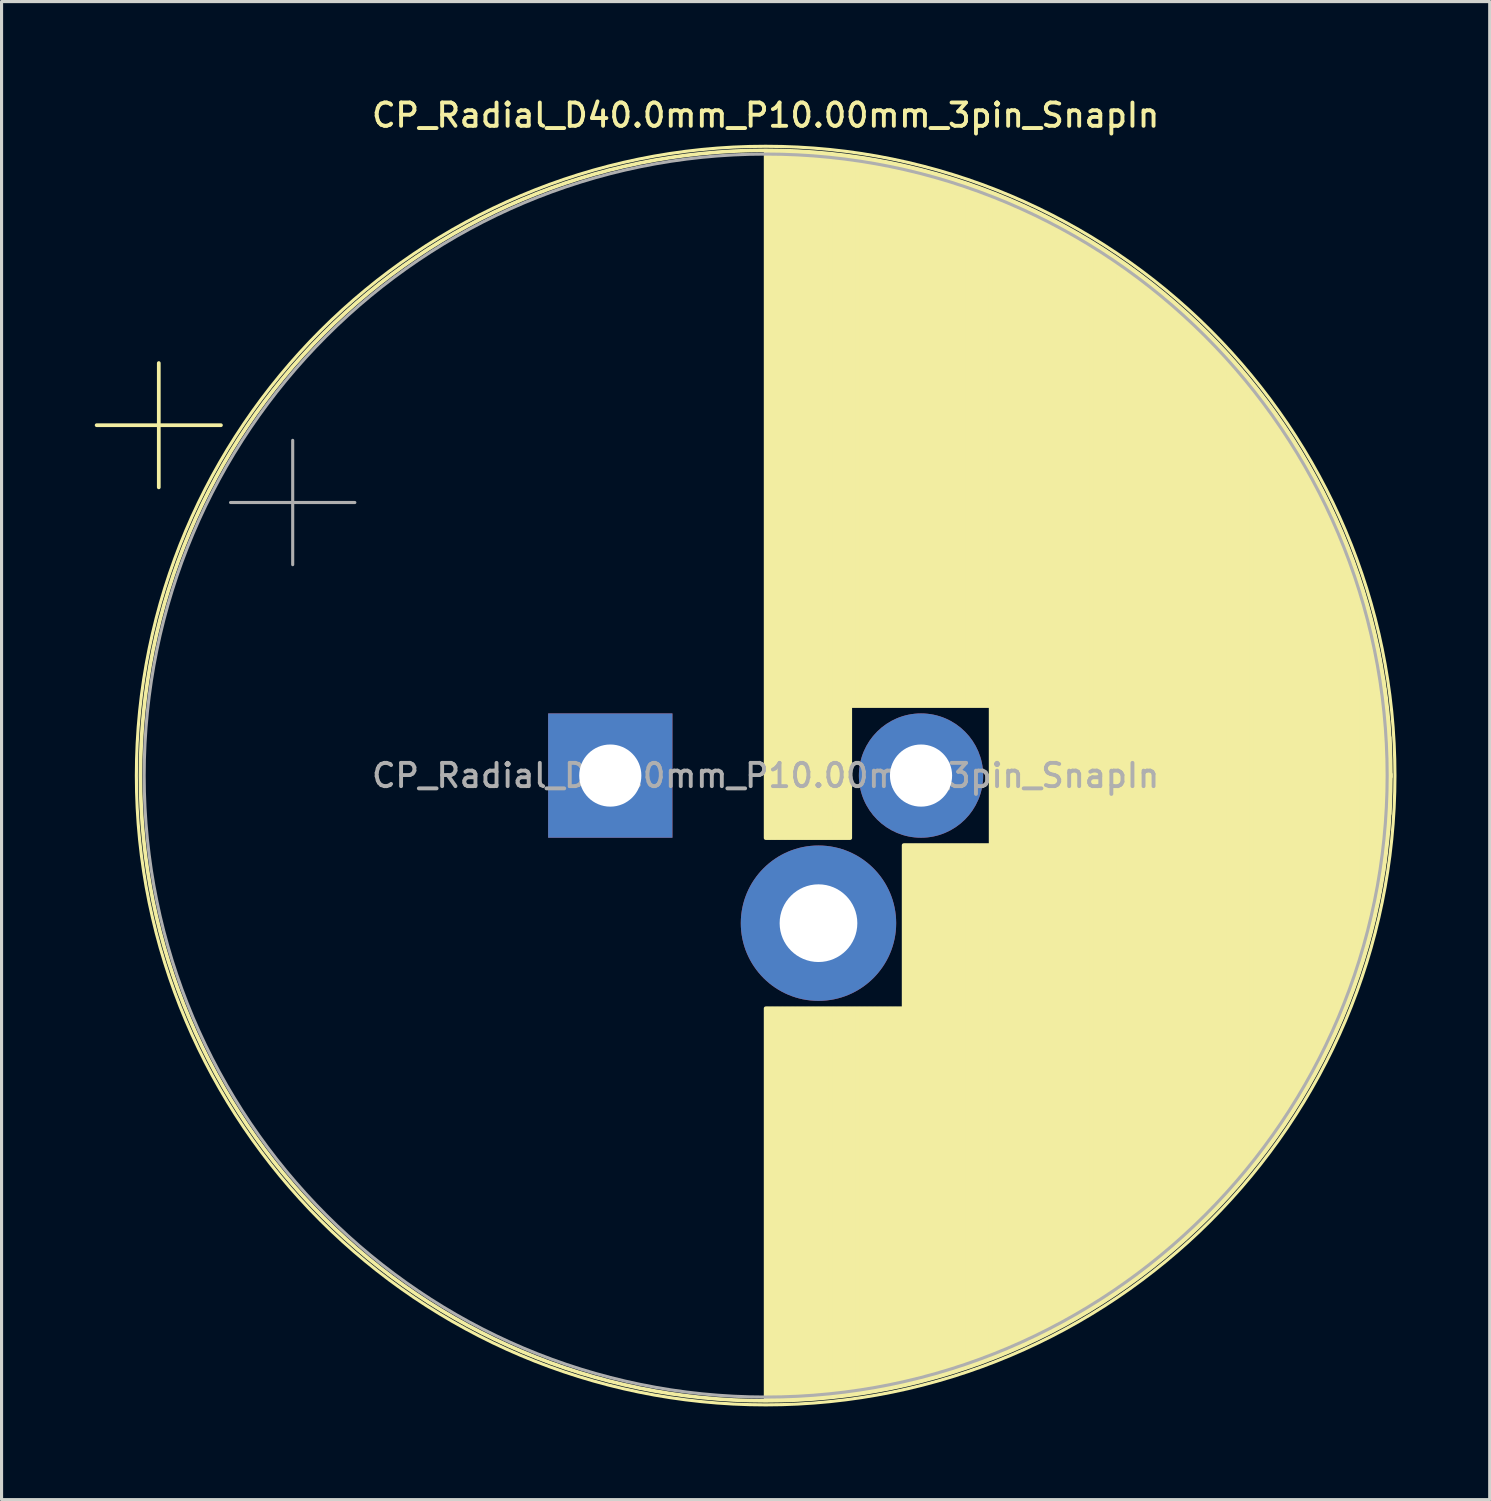
<source format=kicad_pcb>
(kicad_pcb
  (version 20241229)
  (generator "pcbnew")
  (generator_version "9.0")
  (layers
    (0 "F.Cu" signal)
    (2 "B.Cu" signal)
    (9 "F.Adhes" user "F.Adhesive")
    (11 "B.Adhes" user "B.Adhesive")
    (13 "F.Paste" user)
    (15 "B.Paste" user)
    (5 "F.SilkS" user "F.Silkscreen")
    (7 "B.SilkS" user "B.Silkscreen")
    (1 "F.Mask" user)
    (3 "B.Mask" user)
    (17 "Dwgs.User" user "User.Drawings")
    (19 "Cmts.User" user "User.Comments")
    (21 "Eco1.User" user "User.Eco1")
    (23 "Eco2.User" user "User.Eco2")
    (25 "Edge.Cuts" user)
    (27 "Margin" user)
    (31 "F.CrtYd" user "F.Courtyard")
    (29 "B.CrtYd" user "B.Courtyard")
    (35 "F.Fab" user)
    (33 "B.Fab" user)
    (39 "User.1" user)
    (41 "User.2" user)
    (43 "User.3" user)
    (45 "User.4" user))
  (footprint "CP_Radial_D40.0mm_P10.00mm_3pin_SnapIn"
    (layer "F.Cu")
    (at 16.589 21.908)
    (property "Reference" "CP_Radial_D40.0mm_P10.00mm_3pin_SnapIn" (at 5 -21.25 0) (layer "F.SilkS") (effects (font (size 0.75 0.75) (thickness 0.125))))
    (attr through_hole)
    (fp_line (start -16.529 -11.275) (end -12.529 -11.275) (stroke (width 0.12) (type solid)) (layer "F.SilkS"))
    (fp_line (start -14.529 -13.275) (end -14.529 -9.275) (stroke (width 0.12) (type solid)) (layer "F.SilkS"))
    (fp_line (start 5 -20.08) (end 5 2.01) (stroke (width 0.12) (type solid)) (layer "F.SilkS"))
    (fp_line (start 5 7.49) (end 5 20.08) (stroke (width 0.12) (type solid)) (layer "F.SilkS"))
    (fp_line (start 5.04 -20.08) (end 5.04 2.01) (stroke (width 0.12) (type solid)) (layer "F.SilkS"))
    (fp_line (start 5.04 7.49) (end 5.04 20.08) (stroke (width 0.12) (type solid)) (layer "F.SilkS"))
    (fp_line (start 5.08 -20.08) (end 5.08 2.01) (stroke (width 0.12) (type solid)) (layer "F.SilkS"))
    (fp_line (start 5.08 7.49) (end 5.08 20.08) (stroke (width 0.12) (type solid)) (layer "F.SilkS"))
    (fp_line (start 5.12 -20.08) (end 5.12 2.01) (stroke (width 0.12) (type solid)) (layer "F.SilkS"))
    (fp_line (start 5.12 7.49) (end 5.12 20.08) (stroke (width 0.12) (type solid)) (layer "F.SilkS"))
    (fp_line (start 5.16 -20.08) (end 5.16 2.01) (stroke (width 0.12) (type solid)) (layer "F.SilkS"))
    (fp_line (start 5.16 7.49) (end 5.16 20.08) (stroke (width 0.12) (type solid)) (layer "F.SilkS"))
    (fp_line (start 5.2 -20.08) (end 5.2 2.01) (stroke (width 0.12) (type solid)) (layer "F.SilkS"))
    (fp_line (start 5.2 7.49) (end 5.2 20.08) (stroke (width 0.12) (type solid)) (layer "F.SilkS"))
    (fp_line (start 5.24 -20.079) (end 5.24 2.01) (stroke (width 0.12) (type solid)) (layer "F.SilkS"))
    (fp_line (start 5.24 7.49) (end 5.24 20.079) (stroke (width 0.12) (type solid)) (layer "F.SilkS"))
    (fp_line (start 5.28 -20.079) (end 5.28 2.01) (stroke (width 0.12) (type solid)) (layer "F.SilkS"))
    (fp_line (start 5.28 7.49) (end 5.28 20.079) (stroke (width 0.12) (type solid)) (layer "F.SilkS"))
    (fp_line (start 5.32 -20.078) (end 5.32 2.01) (stroke (width 0.12) (type solid)) (layer "F.SilkS"))
    (fp_line (start 5.32 7.49) (end 5.32 20.078) (stroke (width 0.12) (type solid)) (layer "F.SilkS"))
    (fp_line (start 5.36 -20.077) (end 5.36 2.01) (stroke (width 0.12) (type solid)) (layer "F.SilkS"))
    (fp_line (start 5.36 7.49) (end 5.36 20.077) (stroke (width 0.12) (type solid)) (layer "F.SilkS"))
    (fp_line (start 5.4 -20.077) (end 5.4 2.01) (stroke (width 0.12) (type solid)) (layer "F.SilkS"))
    (fp_line (start 5.4 7.49) (end 5.4 20.077) (stroke (width 0.12) (type solid)) (layer "F.SilkS"))
    (fp_line (start 5.44 -20.076) (end 5.44 2.01) (stroke (width 0.12) (type solid)) (layer "F.SilkS"))
    (fp_line (start 5.44 7.49) (end 5.44 20.076) (stroke (width 0.12) (type solid)) (layer "F.SilkS"))
    (fp_line (start 5.48 -20.075) (end 5.48 2.01) (stroke (width 0.12) (type solid)) (layer "F.SilkS"))
    (fp_line (start 5.48 7.49) (end 5.48 20.075) (stroke (width 0.12) (type solid)) (layer "F.SilkS"))
    (fp_line (start 5.52 -20.074) (end 5.52 2.01) (stroke (width 0.12) (type solid)) (layer "F.SilkS"))
    (fp_line (start 5.52 7.49) (end 5.52 20.074) (stroke (width 0.12) (type solid)) (layer "F.SilkS"))
    (fp_line (start 5.56 -20.073) (end 5.56 2.01) (stroke (width 0.12) (type solid)) (layer "F.SilkS"))
    (fp_line (start 5.56 7.49) (end 5.56 20.073) (stroke (width 0.12) (type solid)) (layer "F.SilkS"))
    (fp_line (start 5.6 -20.072) (end 5.6 2.01) (stroke (width 0.12) (type solid)) (layer "F.SilkS"))
    (fp_line (start 5.6 7.49) (end 5.6 20.072) (stroke (width 0.12) (type solid)) (layer "F.SilkS"))
    (fp_line (start 5.64 -20.07) (end 5.64 2.01) (stroke (width 0.12) (type solid)) (layer "F.SilkS"))
    (fp_line (start 5.64 7.49) (end 5.64 20.07) (stroke (width 0.12) (type solid)) (layer "F.SilkS"))
    (fp_line (start 5.68 -20.069) (end 5.68 2.01) (stroke (width 0.12) (type solid)) (layer "F.SilkS"))
    (fp_line (start 5.68 7.49) (end 5.68 20.069) (stroke (width 0.12) (type solid)) (layer "F.SilkS"))
    (fp_line (start 5.721 -20.068) (end 5.721 2.01) (stroke (width 0.12) (type solid)) (layer "F.SilkS"))
    (fp_line (start 5.721 7.49) (end 5.721 20.068) (stroke (width 0.12) (type solid)) (layer "F.SilkS"))
    (fp_line (start 5.761 -20.066) (end 5.761 2.01) (stroke (width 0.12) (type solid)) (layer "F.SilkS"))
    (fp_line (start 5.761 7.49) (end 5.761 20.066) (stroke (width 0.12) (type solid)) (layer "F.SilkS"))
    (fp_line (start 5.801 -20.065) (end 5.801 2.01) (stroke (width 0.12) (type solid)) (layer "F.SilkS"))
    (fp_line (start 5.801 7.49) (end 5.801 20.065) (stroke (width 0.12) (type solid)) (layer "F.SilkS"))
    (fp_line (start 5.841 -20.063) (end 5.841 2.01) (stroke (width 0.12) (type solid)) (layer "F.SilkS"))
    (fp_line (start 5.841 7.49) (end 5.841 20.063) (stroke (width 0.12) (type solid)) (layer "F.SilkS"))
    (fp_line (start 5.881 -20.061) (end 5.881 2.01) (stroke (width 0.12) (type solid)) (layer "F.SilkS"))
    (fp_line (start 5.881 7.49) (end 5.881 20.061) (stroke (width 0.12) (type solid)) (layer "F.SilkS"))
    (fp_line (start 5.921 -20.059) (end 5.921 2.01) (stroke (width 0.12) (type solid)) (layer "F.SilkS"))
    (fp_line (start 5.921 7.49) (end 5.921 20.059) (stroke (width 0.12) (type solid)) (layer "F.SilkS"))
    (fp_line (start 5.961 -20.058) (end 5.961 2.01) (stroke (width 0.12) (type solid)) (layer "F.SilkS"))
    (fp_line (start 5.961 7.49) (end 5.961 20.058) (stroke (width 0.12) (type solid)) (layer "F.SilkS"))
    (fp_line (start 6.001 -20.056) (end 6.001 2.01) (stroke (width 0.12) (type solid)) (layer "F.SilkS"))
    (fp_line (start 6.001 7.49) (end 6.001 20.056) (stroke (width 0.12) (type solid)) (layer "F.SilkS"))
    (fp_line (start 6.041 -20.054) (end 6.041 2.01) (stroke (width 0.12) (type solid)) (layer "F.SilkS"))
    (fp_line (start 6.041 7.49) (end 6.041 20.054) (stroke (width 0.12) (type solid)) (layer "F.SilkS"))
    (fp_line (start 6.081 -20.051) (end 6.081 2.01) (stroke (width 0.12) (type solid)) (layer "F.SilkS"))
    (fp_line (start 6.081 7.49) (end 6.081 20.051) (stroke (width 0.12) (type solid)) (layer "F.SilkS"))
    (fp_line (start 6.121 -20.049) (end 6.121 2.01) (stroke (width 0.12) (type solid)) (layer "F.SilkS"))
    (fp_line (start 6.121 7.49) (end 6.121 20.049) (stroke (width 0.12) (type solid)) (layer "F.SilkS"))
    (fp_line (start 6.161 -20.047) (end 6.161 2.01) (stroke (width 0.12) (type solid)) (layer "F.SilkS"))
    (fp_line (start 6.161 7.49) (end 6.161 20.047) (stroke (width 0.12) (type solid)) (layer "F.SilkS"))
    (fp_line (start 6.201 -20.045) (end 6.201 2.01) (stroke (width 0.12) (type solid)) (layer "F.SilkS"))
    (fp_line (start 6.201 7.49) (end 6.201 20.045) (stroke (width 0.12) (type solid)) (layer "F.SilkS"))
    (fp_line (start 6.241 -20.042) (end 6.241 2.01) (stroke (width 0.12) (type solid)) (layer "F.SilkS"))
    (fp_line (start 6.241 7.49) (end 6.241 20.042) (stroke (width 0.12) (type solid)) (layer "F.SilkS"))
    (fp_line (start 6.281 -20.04) (end 6.281 2.01) (stroke (width 0.12) (type solid)) (layer "F.SilkS"))
    (fp_line (start 6.281 7.49) (end 6.281 20.04) (stroke (width 0.12) (type solid)) (layer "F.SilkS"))
    (fp_line (start 6.321 -20.037) (end 6.321 2.01) (stroke (width 0.12) (type solid)) (layer "F.SilkS"))
    (fp_line (start 6.321 7.49) (end 6.321 20.037) (stroke (width 0.12) (type solid)) (layer "F.SilkS"))
    (fp_line (start 6.361 -20.034) (end 6.361 2.01) (stroke (width 0.12) (type solid)) (layer "F.SilkS"))
    (fp_line (start 6.361 7.49) (end 6.361 20.034) (stroke (width 0.12) (type solid)) (layer "F.SilkS"))
    (fp_line (start 6.401 -20.032) (end 6.401 2.01) (stroke (width 0.12) (type solid)) (layer "F.SilkS"))
    (fp_line (start 6.401 7.49) (end 6.401 20.032) (stroke (width 0.12) (type solid)) (layer "F.SilkS"))
    (fp_line (start 6.441 -20.029) (end 6.441 2.01) (stroke (width 0.12) (type solid)) (layer "F.SilkS"))
    (fp_line (start 6.441 7.49) (end 6.441 20.029) (stroke (width 0.12) (type solid)) (layer "F.SilkS"))
    (fp_line (start 6.481 -20.026) (end 6.481 2.01) (stroke (width 0.12) (type solid)) (layer "F.SilkS"))
    (fp_line (start 6.481 7.49) (end 6.481 20.026) (stroke (width 0.12) (type solid)) (layer "F.SilkS"))
    (fp_line (start 6.521 -20.023) (end 6.521 2.01) (stroke (width 0.12) (type solid)) (layer "F.SilkS"))
    (fp_line (start 6.521 7.49) (end 6.521 20.023) (stroke (width 0.12) (type solid)) (layer "F.SilkS"))
    (fp_line (start 6.561 -20.02) (end 6.561 2.01) (stroke (width 0.12) (type solid)) (layer "F.SilkS"))
    (fp_line (start 6.561 7.49) (end 6.561 20.02) (stroke (width 0.12) (type solid)) (layer "F.SilkS"))
    (fp_line (start 6.601 -20.017) (end 6.601 2.01) (stroke (width 0.12) (type solid)) (layer "F.SilkS"))
    (fp_line (start 6.601 7.49) (end 6.601 20.017) (stroke (width 0.12) (type solid)) (layer "F.SilkS"))
    (fp_line (start 6.641 -20.014) (end 6.641 2.01) (stroke (width 0.12) (type solid)) (layer "F.SilkS"))
    (fp_line (start 6.641 7.49) (end 6.641 20.014) (stroke (width 0.12) (type solid)) (layer "F.SilkS"))
    (fp_line (start 6.681 -20.01) (end 6.681 2.01) (stroke (width 0.12) (type solid)) (layer "F.SilkS"))
    (fp_line (start 6.681 7.49) (end 6.681 20.01) (stroke (width 0.12) (type solid)) (layer "F.SilkS"))
    (fp_line (start 6.721 -20.007) (end 6.721 2.01) (stroke (width 0.12) (type solid)) (layer "F.SilkS"))
    (fp_line (start 6.721 7.49) (end 6.721 20.007) (stroke (width 0.12) (type solid)) (layer "F.SilkS"))
    (fp_line (start 6.761 -20.003) (end 6.761 2.01) (stroke (width 0.12) (type solid)) (layer "F.SilkS"))
    (fp_line (start 6.761 7.49) (end 6.761 20.003) (stroke (width 0.12) (type solid)) (layer "F.SilkS"))
    (fp_line (start 6.801 -20) (end 6.801 2.01) (stroke (width 0.12) (type solid)) (layer "F.SilkS"))
    (fp_line (start 6.801 7.49) (end 6.801 20) (stroke (width 0.12) (type solid)) (layer "F.SilkS"))
    (fp_line (start 6.841 -19.996) (end 6.841 2.01) (stroke (width 0.12) (type solid)) (layer "F.SilkS"))
    (fp_line (start 6.841 7.49) (end 6.841 19.996) (stroke (width 0.12) (type solid)) (layer "F.SilkS"))
    (fp_line (start 6.881 -19.992) (end 6.881 2.01) (stroke (width 0.12) (type solid)) (layer "F.SilkS"))
    (fp_line (start 6.881 7.49) (end 6.881 19.992) (stroke (width 0.12) (type solid)) (layer "F.SilkS"))
    (fp_line (start 6.921 -19.989) (end 6.921 2.01) (stroke (width 0.12) (type solid)) (layer "F.SilkS"))
    (fp_line (start 6.921 7.49) (end 6.921 19.989) (stroke (width 0.12) (type solid)) (layer "F.SilkS"))
    (fp_line (start 6.961 -19.985) (end 6.961 2.01) (stroke (width 0.12) (type solid)) (layer "F.SilkS"))
    (fp_line (start 6.961 7.49) (end 6.961 19.985) (stroke (width 0.12) (type solid)) (layer "F.SilkS"))
    (fp_line (start 7.001 -19.981) (end 7.001 2.01) (stroke (width 0.12) (type solid)) (layer "F.SilkS"))
    (fp_line (start 7.001 7.49) (end 7.001 19.981) (stroke (width 0.12) (type solid)) (layer "F.SilkS"))
    (fp_line (start 7.041 -19.977) (end 7.041 2.01) (stroke (width 0.12) (type solid)) (layer "F.SilkS"))
    (fp_line (start 7.041 7.49) (end 7.041 19.977) (stroke (width 0.12) (type solid)) (layer "F.SilkS"))
    (fp_line (start 7.081 -19.973) (end 7.081 2.01) (stroke (width 0.12) (type solid)) (layer "F.SilkS"))
    (fp_line (start 7.081 7.49) (end 7.081 19.973) (stroke (width 0.12) (type solid)) (layer "F.SilkS"))
    (fp_line (start 7.121 -19.968) (end 7.121 2.01) (stroke (width 0.12) (type solid)) (layer "F.SilkS"))
    (fp_line (start 7.121 7.49) (end 7.121 19.968) (stroke (width 0.12) (type solid)) (layer "F.SilkS"))
    (fp_line (start 7.161 -19.964) (end 7.161 2.01) (stroke (width 0.12) (type solid)) (layer "F.SilkS"))
    (fp_line (start 7.161 7.49) (end 7.161 19.964) (stroke (width 0.12) (type solid)) (layer "F.SilkS"))
    (fp_line (start 7.201 -19.96) (end 7.201 2.01) (stroke (width 0.12) (type solid)) (layer "F.SilkS"))
    (fp_line (start 7.201 7.49) (end 7.201 19.96) (stroke (width 0.12) (type solid)) (layer "F.SilkS"))
    (fp_line (start 7.241 -19.955) (end 7.241 2.01) (stroke (width 0.12) (type solid)) (layer "F.SilkS"))
    (fp_line (start 7.241 7.49) (end 7.241 19.955) (stroke (width 0.12) (type solid)) (layer "F.SilkS"))
    (fp_line (start 7.281 -19.951) (end 7.281 2.01) (stroke (width 0.12) (type solid)) (layer "F.SilkS"))
    (fp_line (start 7.281 7.49) (end 7.281 19.951) (stroke (width 0.12) (type solid)) (layer "F.SilkS"))
    (fp_line (start 7.321 -19.946) (end 7.321 2.01) (stroke (width 0.12) (type solid)) (layer "F.SilkS"))
    (fp_line (start 7.321 7.49) (end 7.321 19.946) (stroke (width 0.12) (type solid)) (layer "F.SilkS"))
    (fp_line (start 7.361 -19.942) (end 7.361 2.01) (stroke (width 0.12) (type solid)) (layer "F.SilkS"))
    (fp_line (start 7.361 7.49) (end 7.361 19.942) (stroke (width 0.12) (type solid)) (layer "F.SilkS"))
    (fp_line (start 7.401 -19.937) (end 7.401 2.01) (stroke (width 0.12) (type solid)) (layer "F.SilkS"))
    (fp_line (start 7.401 7.49) (end 7.401 19.937) (stroke (width 0.12) (type solid)) (layer "F.SilkS"))
    (fp_line (start 7.441 -19.932) (end 7.441 2.01) (stroke (width 0.12) (type solid)) (layer "F.SilkS"))
    (fp_line (start 7.441 7.49) (end 7.441 19.932) (stroke (width 0.12) (type solid)) (layer "F.SilkS"))
    (fp_line (start 7.481 -19.927) (end 7.481 2.01) (stroke (width 0.12) (type solid)) (layer "F.SilkS"))
    (fp_line (start 7.481 7.49) (end 7.481 19.927) (stroke (width 0.12) (type solid)) (layer "F.SilkS"))
    (fp_line (start 7.521 -19.922) (end 7.521 2.01) (stroke (width 0.12) (type solid)) (layer "F.SilkS"))
    (fp_line (start 7.521 7.49) (end 7.521 19.922) (stroke (width 0.12) (type solid)) (layer "F.SilkS"))
    (fp_line (start 7.561 -19.917) (end 7.561 2.01) (stroke (width 0.12) (type solid)) (layer "F.SilkS"))
    (fp_line (start 7.561 7.49) (end 7.561 19.917) (stroke (width 0.12) (type solid)) (layer "F.SilkS"))
    (fp_line (start 7.601 -19.912) (end 7.601 2.01) (stroke (width 0.12) (type solid)) (layer "F.SilkS"))
    (fp_line (start 7.601 7.49) (end 7.601 19.912) (stroke (width 0.12) (type solid)) (layer "F.SilkS"))
    (fp_line (start 7.641 -19.907) (end 7.641 2.01) (stroke (width 0.12) (type solid)) (layer "F.SilkS"))
    (fp_line (start 7.641 7.49) (end 7.641 19.907) (stroke (width 0.12) (type solid)) (layer "F.SilkS"))
    (fp_line (start 7.681 -19.901) (end 7.681 2.01) (stroke (width 0.12) (type solid)) (layer "F.SilkS"))
    (fp_line (start 7.681 7.49) (end 7.681 19.901) (stroke (width 0.12) (type solid)) (layer "F.SilkS"))
    (fp_line (start 7.721 -19.896) (end 7.721 2.01) (stroke (width 0.12) (type solid)) (layer "F.SilkS"))
    (fp_line (start 7.721 7.49) (end 7.721 19.896) (stroke (width 0.12) (type solid)) (layer "F.SilkS"))
    (fp_line (start 7.761 -19.89) (end 7.761 -2.24) (stroke (width 0.12) (type solid)) (layer "F.SilkS"))
    (fp_line (start 7.761 7.49) (end 7.761 19.89) (stroke (width 0.12) (type solid)) (layer "F.SilkS"))
    (fp_line (start 7.801 -19.885) (end 7.801 -2.24) (stroke (width 0.12) (type solid)) (layer "F.SilkS"))
    (fp_line (start 7.801 7.49) (end 7.801 19.885) (stroke (width 0.12) (type solid)) (layer "F.SilkS"))
    (fp_line (start 7.841 -19.879) (end 7.841 -2.24) (stroke (width 0.12) (type solid)) (layer "F.SilkS"))
    (fp_line (start 7.841 7.49) (end 7.841 19.879) (stroke (width 0.12) (type solid)) (layer "F.SilkS"))
    (fp_line (start 7.881 -19.873) (end 7.881 -2.24) (stroke (width 0.12) (type solid)) (layer "F.SilkS"))
    (fp_line (start 7.881 7.49) (end 7.881 19.873) (stroke (width 0.12) (type solid)) (layer "F.SilkS"))
    (fp_line (start 7.921 -19.867) (end 7.921 -2.24) (stroke (width 0.12) (type solid)) (layer "F.SilkS"))
    (fp_line (start 7.921 7.49) (end 7.921 19.867) (stroke (width 0.12) (type solid)) (layer "F.SilkS"))
    (fp_line (start 7.961 -19.862) (end 7.961 -2.24) (stroke (width 0.12) (type solid)) (layer "F.SilkS"))
    (fp_line (start 7.961 7.49) (end 7.961 19.862) (stroke (width 0.12) (type solid)) (layer "F.SilkS"))
    (fp_line (start 8.001 -19.856) (end 8.001 -2.24) (stroke (width 0.12) (type solid)) (layer "F.SilkS"))
    (fp_line (start 8.001 7.49) (end 8.001 19.856) (stroke (width 0.12) (type solid)) (layer "F.SilkS"))
    (fp_line (start 8.041 -19.85) (end 8.041 -2.24) (stroke (width 0.12) (type solid)) (layer "F.SilkS"))
    (fp_line (start 8.041 7.49) (end 8.041 19.85) (stroke (width 0.12) (type solid)) (layer "F.SilkS"))
    (fp_line (start 8.081 -19.843) (end 8.081 -2.24) (stroke (width 0.12) (type solid)) (layer "F.SilkS"))
    (fp_line (start 8.081 7.49) (end 8.081 19.843) (stroke (width 0.12) (type solid)) (layer "F.SilkS"))
    (fp_line (start 8.121 -19.837) (end 8.121 -2.24) (stroke (width 0.12) (type solid)) (layer "F.SilkS"))
    (fp_line (start 8.121 7.49) (end 8.121 19.837) (stroke (width 0.12) (type solid)) (layer "F.SilkS"))
    (fp_line (start 8.161 -19.831) (end 8.161 -2.24) (stroke (width 0.12) (type solid)) (layer "F.SilkS"))
    (fp_line (start 8.161 7.49) (end 8.161 19.831) (stroke (width 0.12) (type solid)) (layer "F.SilkS"))
    (fp_line (start 8.201 -19.824) (end 8.201 -2.24) (stroke (width 0.12) (type solid)) (layer "F.SilkS"))
    (fp_line (start 8.201 7.49) (end 8.201 19.824) (stroke (width 0.12) (type solid)) (layer "F.SilkS"))
    (fp_line (start 8.241 -19.818) (end 8.241 -2.24) (stroke (width 0.12) (type solid)) (layer "F.SilkS"))
    (fp_line (start 8.241 7.49) (end 8.241 19.818) (stroke (width 0.12) (type solid)) (layer "F.SilkS"))
    (fp_line (start 8.281 -19.811) (end 8.281 -2.24) (stroke (width 0.12) (type solid)) (layer "F.SilkS"))
    (fp_line (start 8.281 7.49) (end 8.281 19.811) (stroke (width 0.12) (type solid)) (layer "F.SilkS"))
    (fp_line (start 8.321 -19.805) (end 8.321 -2.24) (stroke (width 0.12) (type solid)) (layer "F.SilkS"))
    (fp_line (start 8.321 7.49) (end 8.321 19.805) (stroke (width 0.12) (type solid)) (layer "F.SilkS"))
    (fp_line (start 8.361 -19.798) (end 8.361 -2.24) (stroke (width 0.12) (type solid)) (layer "F.SilkS"))
    (fp_line (start 8.361 7.49) (end 8.361 19.798) (stroke (width 0.12) (type solid)) (layer "F.SilkS"))
    (fp_line (start 8.401 -19.791) (end 8.401 -2.24) (stroke (width 0.12) (type solid)) (layer "F.SilkS"))
    (fp_line (start 8.401 7.49) (end 8.401 19.791) (stroke (width 0.12) (type solid)) (layer "F.SilkS"))
    (fp_line (start 8.441 -19.784) (end 8.441 -2.24) (stroke (width 0.12) (type solid)) (layer "F.SilkS"))
    (fp_line (start 8.441 7.49) (end 8.441 19.784) (stroke (width 0.12) (type solid)) (layer "F.SilkS"))
    (fp_line (start 8.481 -19.777) (end 8.481 -2.24) (stroke (width 0.12) (type solid)) (layer "F.SilkS"))
    (fp_line (start 8.481 7.49) (end 8.481 19.777) (stroke (width 0.12) (type solid)) (layer "F.SilkS"))
    (fp_line (start 8.521 -19.77) (end 8.521 -2.24) (stroke (width 0.12) (type solid)) (layer "F.SilkS"))
    (fp_line (start 8.521 7.49) (end 8.521 19.77) (stroke (width 0.12) (type solid)) (layer "F.SilkS"))
    (fp_line (start 8.561 -19.763) (end 8.561 -2.24) (stroke (width 0.12) (type solid)) (layer "F.SilkS"))
    (fp_line (start 8.561 7.49) (end 8.561 19.763) (stroke (width 0.12) (type solid)) (layer "F.SilkS"))
    (fp_line (start 8.601 -19.756) (end 8.601 -2.24) (stroke (width 0.12) (type solid)) (layer "F.SilkS"))
    (fp_line (start 8.601 7.49) (end 8.601 19.756) (stroke (width 0.12) (type solid)) (layer "F.SilkS"))
    (fp_line (start 8.641 -19.748) (end 8.641 -2.24) (stroke (width 0.12) (type solid)) (layer "F.SilkS"))
    (fp_line (start 8.641 7.49) (end 8.641 19.748) (stroke (width 0.12) (type solid)) (layer "F.SilkS"))
    (fp_line (start 8.681 -19.741) (end 8.681 -2.24) (stroke (width 0.12) (type solid)) (layer "F.SilkS"))
    (fp_line (start 8.681 7.49) (end 8.681 19.741) (stroke (width 0.12) (type solid)) (layer "F.SilkS"))
    (fp_line (start 8.721 -19.734) (end 8.721 -2.24) (stroke (width 0.12) (type solid)) (layer "F.SilkS"))
    (fp_line (start 8.721 7.49) (end 8.721 19.734) (stroke (width 0.12) (type solid)) (layer "F.SilkS"))
    (fp_line (start 8.761 -19.726) (end 8.761 -2.24) (stroke (width 0.12) (type solid)) (layer "F.SilkS"))
    (fp_line (start 8.761 7.49) (end 8.761 19.726) (stroke (width 0.12) (type solid)) (layer "F.SilkS"))
    (fp_line (start 8.801 -19.718) (end 8.801 -2.24) (stroke (width 0.12) (type solid)) (layer "F.SilkS"))
    (fp_line (start 8.801 7.49) (end 8.801 19.718) (stroke (width 0.12) (type solid)) (layer "F.SilkS"))
    (fp_line (start 8.841 -19.711) (end 8.841 -2.24) (stroke (width 0.12) (type solid)) (layer "F.SilkS"))
    (fp_line (start 8.841 7.49) (end 8.841 19.711) (stroke (width 0.12) (type solid)) (layer "F.SilkS"))
    (fp_line (start 8.881 -19.703) (end 8.881 -2.24) (stroke (width 0.12) (type solid)) (layer "F.SilkS"))
    (fp_line (start 8.881 7.49) (end 8.881 19.703) (stroke (width 0.12) (type solid)) (layer "F.SilkS"))
    (fp_line (start 8.921 -19.695) (end 8.921 -2.24) (stroke (width 0.12) (type solid)) (layer "F.SilkS"))
    (fp_line (start 8.921 7.49) (end 8.921 19.695) (stroke (width 0.12) (type solid)) (layer "F.SilkS"))
    (fp_line (start 8.961 -19.687) (end 8.961 -2.24) (stroke (width 0.12) (type solid)) (layer "F.SilkS"))
    (fp_line (start 8.961 7.49) (end 8.961 19.687) (stroke (width 0.12) (type solid)) (layer "F.SilkS"))
    (fp_line (start 9.001 -19.679) (end 9.001 -2.24) (stroke (width 0.12) (type solid)) (layer "F.SilkS"))
    (fp_line (start 9.001 7.49) (end 9.001 19.679) (stroke (width 0.12) (type solid)) (layer "F.SilkS"))
    (fp_line (start 9.041 -19.671) (end 9.041 -2.24) (stroke (width 0.12) (type solid)) (layer "F.SilkS"))
    (fp_line (start 9.041 7.49) (end 9.041 19.671) (stroke (width 0.12) (type solid)) (layer "F.SilkS"))
    (fp_line (start 9.081 -19.662) (end 9.081 -2.24) (stroke (width 0.12) (type solid)) (layer "F.SilkS"))
    (fp_line (start 9.081 7.49) (end 9.081 19.662) (stroke (width 0.12) (type solid)) (layer "F.SilkS"))
    (fp_line (start 9.121 -19.654) (end 9.121 -2.24) (stroke (width 0.12) (type solid)) (layer "F.SilkS"))
    (fp_line (start 9.121 7.49) (end 9.121 19.654) (stroke (width 0.12) (type solid)) (layer "F.SilkS"))
    (fp_line (start 9.161 -19.646) (end 9.161 -2.24) (stroke (width 0.12) (type solid)) (layer "F.SilkS"))
    (fp_line (start 9.161 7.49) (end 9.161 19.646) (stroke (width 0.12) (type solid)) (layer "F.SilkS"))
    (fp_line (start 9.201 -19.637) (end 9.201 -2.24) (stroke (width 0.12) (type solid)) (layer "F.SilkS"))
    (fp_line (start 9.201 7.49) (end 9.201 19.637) (stroke (width 0.12) (type solid)) (layer "F.SilkS"))
    (fp_line (start 9.241 -19.629) (end 9.241 -2.24) (stroke (width 0.12) (type solid)) (layer "F.SilkS"))
    (fp_line (start 9.241 7.49) (end 9.241 19.629) (stroke (width 0.12) (type solid)) (layer "F.SilkS"))
    (fp_line (start 9.281 -19.62) (end 9.281 -2.24) (stroke (width 0.12) (type solid)) (layer "F.SilkS"))
    (fp_line (start 9.281 7.49) (end 9.281 19.62) (stroke (width 0.12) (type solid)) (layer "F.SilkS"))
    (fp_line (start 9.321 -19.611) (end 9.321 -2.24) (stroke (width 0.12) (type solid)) (layer "F.SilkS"))
    (fp_line (start 9.321 7.49) (end 9.321 19.611) (stroke (width 0.12) (type solid)) (layer "F.SilkS"))
    (fp_line (start 9.361 -19.602) (end 9.361 -2.24) (stroke (width 0.12) (type solid)) (layer "F.SilkS"))
    (fp_line (start 9.361 7.49) (end 9.361 19.602) (stroke (width 0.12) (type solid)) (layer "F.SilkS"))
    (fp_line (start 9.401 -19.593) (end 9.401 -2.24) (stroke (width 0.12) (type solid)) (layer "F.SilkS"))
    (fp_line (start 9.401 7.49) (end 9.401 19.593) (stroke (width 0.12) (type solid)) (layer "F.SilkS"))
    (fp_line (start 9.441 -19.584) (end 9.441 -2.24) (stroke (width 0.12) (type solid)) (layer "F.SilkS"))
    (fp_line (start 9.441 2.24) (end 9.441 19.584) (stroke (width 0.12) (type solid)) (layer "F.SilkS"))
    (fp_line (start 9.481 -19.575) (end 9.481 -2.24) (stroke (width 0.12) (type solid)) (layer "F.SilkS"))
    (fp_line (start 9.481 2.24) (end 9.481 19.575) (stroke (width 0.12) (type solid)) (layer "F.SilkS"))
    (fp_line (start 9.521 -19.566) (end 9.521 -2.24) (stroke (width 0.12) (type solid)) (layer "F.SilkS"))
    (fp_line (start 9.521 2.24) (end 9.521 19.566) (stroke (width 0.12) (type solid)) (layer "F.SilkS"))
    (fp_line (start 9.561 -19.557) (end 9.561 -2.24) (stroke (width 0.12) (type solid)) (layer "F.SilkS"))
    (fp_line (start 9.561 2.24) (end 9.561 19.557) (stroke (width 0.12) (type solid)) (layer "F.SilkS"))
    (fp_line (start 9.601 -19.548) (end 9.601 -2.24) (stroke (width 0.12) (type solid)) (layer "F.SilkS"))
    (fp_line (start 9.601 2.24) (end 9.601 19.548) (stroke (width 0.12) (type solid)) (layer "F.SilkS"))
    (fp_line (start 9.641 -19.538) (end 9.641 -2.24) (stroke (width 0.12) (type solid)) (layer "F.SilkS"))
    (fp_line (start 9.641 2.24) (end 9.641 19.538) (stroke (width 0.12) (type solid)) (layer "F.SilkS"))
    (fp_line (start 9.681 -19.529) (end 9.681 -2.24) (stroke (width 0.12) (type solid)) (layer "F.SilkS"))
    (fp_line (start 9.681 2.24) (end 9.681 19.529) (stroke (width 0.12) (type solid)) (layer "F.SilkS"))
    (fp_line (start 9.721 -19.519) (end 9.721 -2.24) (stroke (width 0.12) (type solid)) (layer "F.SilkS"))
    (fp_line (start 9.721 2.24) (end 9.721 19.519) (stroke (width 0.12) (type solid)) (layer "F.SilkS"))
    (fp_line (start 9.761 -19.509) (end 9.761 -2.24) (stroke (width 0.12) (type solid)) (layer "F.SilkS"))
    (fp_line (start 9.761 2.24) (end 9.761 19.509) (stroke (width 0.12) (type solid)) (layer "F.SilkS"))
    (fp_line (start 9.801 -19.5) (end 9.801 -2.24) (stroke (width 0.12) (type solid)) (layer "F.SilkS"))
    (fp_line (start 9.801 2.24) (end 9.801 19.5) (stroke (width 0.12) (type solid)) (layer "F.SilkS"))
    (fp_line (start 9.841 -19.49) (end 9.841 -2.24) (stroke (width 0.12) (type solid)) (layer "F.SilkS"))
    (fp_line (start 9.841 2.24) (end 9.841 19.49) (stroke (width 0.12) (type solid)) (layer "F.SilkS"))
    (fp_line (start 9.881 -19.48) (end 9.881 -2.24) (stroke (width 0.12) (type solid)) (layer "F.SilkS"))
    (fp_line (start 9.881 2.24) (end 9.881 19.48) (stroke (width 0.12) (type solid)) (layer "F.SilkS"))
    (fp_line (start 9.921 -19.47) (end 9.921 -2.24) (stroke (width 0.12) (type solid)) (layer "F.SilkS"))
    (fp_line (start 9.921 2.24) (end 9.921 19.47) (stroke (width 0.12) (type solid)) (layer "F.SilkS"))
    (fp_line (start 9.961 -19.46) (end 9.961 -2.24) (stroke (width 0.12) (type solid)) (layer "F.SilkS"))
    (fp_line (start 9.961 2.24) (end 9.961 19.46) (stroke (width 0.12) (type solid)) (layer "F.SilkS"))
    (fp_line (start 10.001 -19.449) (end 10.001 -2.24) (stroke (width 0.12) (type solid)) (layer "F.SilkS"))
    (fp_line (start 10.001 2.24) (end 10.001 19.449) (stroke (width 0.12) (type solid)) (layer "F.SilkS"))
    (fp_line (start 10.041 -19.439) (end 10.041 -2.24) (stroke (width 0.12) (type solid)) (layer "F.SilkS"))
    (fp_line (start 10.041 2.24) (end 10.041 19.439) (stroke (width 0.12) (type solid)) (layer "F.SilkS"))
    (fp_line (start 10.081 -19.429) (end 10.081 -2.24) (stroke (width 0.12) (type solid)) (layer "F.SilkS"))
    (fp_line (start 10.081 2.24) (end 10.081 19.429) (stroke (width 0.12) (type solid)) (layer "F.SilkS"))
    (fp_line (start 10.121 -19.418) (end 10.121 -2.24) (stroke (width 0.12) (type solid)) (layer "F.SilkS"))
    (fp_line (start 10.121 2.24) (end 10.121 19.418) (stroke (width 0.12) (type solid)) (layer "F.SilkS"))
    (fp_line (start 10.161 -19.408) (end 10.161 -2.24) (stroke (width 0.12) (type solid)) (layer "F.SilkS"))
    (fp_line (start 10.161 2.24) (end 10.161 19.408) (stroke (width 0.12) (type solid)) (layer "F.SilkS"))
    (fp_line (start 10.201 -19.397) (end 10.201 -2.24) (stroke (width 0.12) (type solid)) (layer "F.SilkS"))
    (fp_line (start 10.201 2.24) (end 10.201 19.397) (stroke (width 0.12) (type solid)) (layer "F.SilkS"))
    (fp_line (start 10.241 -19.386) (end 10.241 -2.24) (stroke (width 0.12) (type solid)) (layer "F.SilkS"))
    (fp_line (start 10.241 2.24) (end 10.241 19.386) (stroke (width 0.12) (type solid)) (layer "F.SilkS"))
    (fp_line (start 10.281 -19.375) (end 10.281 -2.24) (stroke (width 0.12) (type solid)) (layer "F.SilkS"))
    (fp_line (start 10.281 2.24) (end 10.281 19.375) (stroke (width 0.12) (type solid)) (layer "F.SilkS"))
    (fp_line (start 10.321 -19.364) (end 10.321 -2.24) (stroke (width 0.12) (type solid)) (layer "F.SilkS"))
    (fp_line (start 10.321 2.24) (end 10.321 19.364) (stroke (width 0.12) (type solid)) (layer "F.SilkS"))
    (fp_line (start 10.361 -19.353) (end 10.361 -2.24) (stroke (width 0.12) (type solid)) (layer "F.SilkS"))
    (fp_line (start 10.361 2.24) (end 10.361 19.353) (stroke (width 0.12) (type solid)) (layer "F.SilkS"))
    (fp_line (start 10.401 -19.342) (end 10.401 -2.24) (stroke (width 0.12) (type solid)) (layer "F.SilkS"))
    (fp_line (start 10.401 2.24) (end 10.401 19.342) (stroke (width 0.12) (type solid)) (layer "F.SilkS"))
    (fp_line (start 10.441 -19.331) (end 10.441 -2.24) (stroke (width 0.12) (type solid)) (layer "F.SilkS"))
    (fp_line (start 10.441 2.24) (end 10.441 19.331) (stroke (width 0.12) (type solid)) (layer "F.SilkS"))
    (fp_line (start 10.481 -19.32) (end 10.481 -2.24) (stroke (width 0.12) (type solid)) (layer "F.SilkS"))
    (fp_line (start 10.481 2.24) (end 10.481 19.32) (stroke (width 0.12) (type solid)) (layer "F.SilkS"))
    (fp_line (start 10.521 -19.308) (end 10.521 -2.24) (stroke (width 0.12) (type solid)) (layer "F.SilkS"))
    (fp_line (start 10.521 2.24) (end 10.521 19.308) (stroke (width 0.12) (type solid)) (layer "F.SilkS"))
    (fp_line (start 10.561 -19.297) (end 10.561 -2.24) (stroke (width 0.12) (type solid)) (layer "F.SilkS"))
    (fp_line (start 10.561 2.24) (end 10.561 19.297) (stroke (width 0.12) (type solid)) (layer "F.SilkS"))
    (fp_line (start 10.601 -19.285) (end 10.601 -2.24) (stroke (width 0.12) (type solid)) (layer "F.SilkS"))
    (fp_line (start 10.601 2.24) (end 10.601 19.285) (stroke (width 0.12) (type solid)) (layer "F.SilkS"))
    (fp_line (start 10.641 -19.274) (end 10.641 -2.24) (stroke (width 0.12) (type solid)) (layer "F.SilkS"))
    (fp_line (start 10.641 2.24) (end 10.641 19.274) (stroke (width 0.12) (type solid)) (layer "F.SilkS"))
    (fp_line (start 10.681 -19.262) (end 10.681 -2.24) (stroke (width 0.12) (type solid)) (layer "F.SilkS"))
    (fp_line (start 10.681 2.24) (end 10.681 19.262) (stroke (width 0.12) (type solid)) (layer "F.SilkS"))
    (fp_line (start 10.721 -19.25) (end 10.721 -2.24) (stroke (width 0.12) (type solid)) (layer "F.SilkS"))
    (fp_line (start 10.721 2.24) (end 10.721 19.25) (stroke (width 0.12) (type solid)) (layer "F.SilkS"))
    (fp_line (start 10.761 -19.238) (end 10.761 -2.24) (stroke (width 0.12) (type solid)) (layer "F.SilkS"))
    (fp_line (start 10.761 2.24) (end 10.761 19.238) (stroke (width 0.12) (type solid)) (layer "F.SilkS"))
    (fp_line (start 10.801 -19.226) (end 10.801 -2.24) (stroke (width 0.12) (type solid)) (layer "F.SilkS"))
    (fp_line (start 10.801 2.24) (end 10.801 19.226) (stroke (width 0.12) (type solid)) (layer "F.SilkS"))
    (fp_line (start 10.841 -19.214) (end 10.841 -2.24) (stroke (width 0.12) (type solid)) (layer "F.SilkS"))
    (fp_line (start 10.841 2.24) (end 10.841 19.214) (stroke (width 0.12) (type solid)) (layer "F.SilkS"))
    (fp_line (start 10.881 -19.202) (end 10.881 -2.24) (stroke (width 0.12) (type solid)) (layer "F.SilkS"))
    (fp_line (start 10.881 2.24) (end 10.881 19.202) (stroke (width 0.12) (type solid)) (layer "F.SilkS"))
    (fp_line (start 10.921 -19.19) (end 10.921 -2.24) (stroke (width 0.12) (type solid)) (layer "F.SilkS"))
    (fp_line (start 10.921 2.24) (end 10.921 19.19) (stroke (width 0.12) (type solid)) (layer "F.SilkS"))
    (fp_line (start 10.961 -19.177) (end 10.961 -2.24) (stroke (width 0.12) (type solid)) (layer "F.SilkS"))
    (fp_line (start 10.961 2.24) (end 10.961 19.177) (stroke (width 0.12) (type solid)) (layer "F.SilkS"))
    (fp_line (start 11.001 -19.165) (end 11.001 -2.24) (stroke (width 0.12) (type solid)) (layer "F.SilkS"))
    (fp_line (start 11.001 2.24) (end 11.001 19.165) (stroke (width 0.12) (type solid)) (layer "F.SilkS"))
    (fp_line (start 11.041 -19.152) (end 11.041 -2.24) (stroke (width 0.12) (type solid)) (layer "F.SilkS"))
    (fp_line (start 11.041 2.24) (end 11.041 19.152) (stroke (width 0.12) (type solid)) (layer "F.SilkS"))
    (fp_line (start 11.081 -19.14) (end 11.081 -2.24) (stroke (width 0.12) (type solid)) (layer "F.SilkS"))
    (fp_line (start 11.081 2.24) (end 11.081 19.14) (stroke (width 0.12) (type solid)) (layer "F.SilkS"))
    (fp_line (start 11.121 -19.127) (end 11.121 -2.24) (stroke (width 0.12) (type solid)) (layer "F.SilkS"))
    (fp_line (start 11.121 2.24) (end 11.121 19.127) (stroke (width 0.12) (type solid)) (layer "F.SilkS"))
    (fp_line (start 11.161 -19.114) (end 11.161 -2.24) (stroke (width 0.12) (type solid)) (layer "F.SilkS"))
    (fp_line (start 11.161 2.24) (end 11.161 19.114) (stroke (width 0.12) (type solid)) (layer "F.SilkS"))
    (fp_line (start 11.201 -19.101) (end 11.201 -2.24) (stroke (width 0.12) (type solid)) (layer "F.SilkS"))
    (fp_line (start 11.201 2.24) (end 11.201 19.101) (stroke (width 0.12) (type solid)) (layer "F.SilkS"))
    (fp_line (start 11.241 -19.088) (end 11.241 -2.24) (stroke (width 0.12) (type solid)) (layer "F.SilkS"))
    (fp_line (start 11.241 2.24) (end 11.241 19.088) (stroke (width 0.12) (type solid)) (layer "F.SilkS"))
    (fp_line (start 11.281 -19.075) (end 11.281 -2.24) (stroke (width 0.12) (type solid)) (layer "F.SilkS"))
    (fp_line (start 11.281 2.24) (end 11.281 19.075) (stroke (width 0.12) (type solid)) (layer "F.SilkS"))
    (fp_line (start 11.321 -19.062) (end 11.321 -2.24) (stroke (width 0.12) (type solid)) (layer "F.SilkS"))
    (fp_line (start 11.321 2.24) (end 11.321 19.062) (stroke (width 0.12) (type solid)) (layer "F.SilkS"))
    (fp_line (start 11.361 -19.049) (end 11.361 -2.24) (stroke (width 0.12) (type solid)) (layer "F.SilkS"))
    (fp_line (start 11.361 2.24) (end 11.361 19.049) (stroke (width 0.12) (type solid)) (layer "F.SilkS"))
    (fp_line (start 11.401 -19.035) (end 11.401 -2.24) (stroke (width 0.12) (type solid)) (layer "F.SilkS"))
    (fp_line (start 11.401 2.24) (end 11.401 19.035) (stroke (width 0.12) (type solid)) (layer "F.SilkS"))
    (fp_line (start 11.441 -19.022) (end 11.441 -2.24) (stroke (width 0.12) (type solid)) (layer "F.SilkS"))
    (fp_line (start 11.441 2.24) (end 11.441 19.022) (stroke (width 0.12) (type solid)) (layer "F.SilkS"))
    (fp_line (start 11.481 -19.008) (end 11.481 -2.24) (stroke (width 0.12) (type solid)) (layer "F.SilkS"))
    (fp_line (start 11.481 2.24) (end 11.481 19.008) (stroke (width 0.12) (type solid)) (layer "F.SilkS"))
    (fp_line (start 11.521 -18.995) (end 11.521 -2.24) (stroke (width 0.12) (type solid)) (layer "F.SilkS"))
    (fp_line (start 11.521 2.24) (end 11.521 18.995) (stroke (width 0.12) (type solid)) (layer "F.SilkS"))
    (fp_line (start 11.561 -18.981) (end 11.561 -2.24) (stroke (width 0.12) (type solid)) (layer "F.SilkS"))
    (fp_line (start 11.561 2.24) (end 11.561 18.981) (stroke (width 0.12) (type solid)) (layer "F.SilkS"))
    (fp_line (start 11.601 -18.967) (end 11.601 -2.24) (stroke (width 0.12) (type solid)) (layer "F.SilkS"))
    (fp_line (start 11.601 2.24) (end 11.601 18.967) (stroke (width 0.12) (type solid)) (layer "F.SilkS"))
    (fp_line (start 11.641 -18.953) (end 11.641 -2.24) (stroke (width 0.12) (type solid)) (layer "F.SilkS"))
    (fp_line (start 11.641 2.24) (end 11.641 18.953) (stroke (width 0.12) (type solid)) (layer "F.SilkS"))
    (fp_line (start 11.681 -18.939) (end 11.681 -2.24) (stroke (width 0.12) (type solid)) (layer "F.SilkS"))
    (fp_line (start 11.681 2.24) (end 11.681 18.939) (stroke (width 0.12) (type solid)) (layer "F.SilkS"))
    (fp_line (start 11.721 -18.925) (end 11.721 -2.24) (stroke (width 0.12) (type solid)) (layer "F.SilkS"))
    (fp_line (start 11.721 2.24) (end 11.721 18.925) (stroke (width 0.12) (type solid)) (layer "F.SilkS"))
    (fp_line (start 11.761 -18.911) (end 11.761 -2.24) (stroke (width 0.12) (type solid)) (layer "F.SilkS"))
    (fp_line (start 11.761 2.24) (end 11.761 18.911) (stroke (width 0.12) (type solid)) (layer "F.SilkS"))
    (fp_line (start 11.801 -18.897) (end 11.801 -2.24) (stroke (width 0.12) (type solid)) (layer "F.SilkS"))
    (fp_line (start 11.801 2.24) (end 11.801 18.897) (stroke (width 0.12) (type solid)) (layer "F.SilkS"))
    (fp_line (start 11.841 -18.882) (end 11.841 -2.24) (stroke (width 0.12) (type solid)) (layer "F.SilkS"))
    (fp_line (start 11.841 2.24) (end 11.841 18.882) (stroke (width 0.12) (type solid)) (layer "F.SilkS"))
    (fp_line (start 11.881 -18.868) (end 11.881 -2.24) (stroke (width 0.12) (type solid)) (layer "F.SilkS"))
    (fp_line (start 11.881 2.24) (end 11.881 18.868) (stroke (width 0.12) (type solid)) (layer "F.SilkS"))
    (fp_line (start 11.921 -18.853) (end 11.921 -2.24) (stroke (width 0.12) (type solid)) (layer "F.SilkS"))
    (fp_line (start 11.921 2.24) (end 11.921 18.853) (stroke (width 0.12) (type solid)) (layer "F.SilkS"))
    (fp_line (start 11.961 -18.838) (end 11.961 -2.24) (stroke (width 0.12) (type solid)) (layer "F.SilkS"))
    (fp_line (start 11.961 2.24) (end 11.961 18.838) (stroke (width 0.12) (type solid)) (layer "F.SilkS"))
    (fp_line (start 12.001 -18.824) (end 12.001 -2.24) (stroke (width 0.12) (type solid)) (layer "F.SilkS"))
    (fp_line (start 12.001 2.24) (end 12.001 18.824) (stroke (width 0.12) (type solid)) (layer "F.SilkS"))
    (fp_line (start 12.041 -18.809) (end 12.041 -2.24) (stroke (width 0.12) (type solid)) (layer "F.SilkS"))
    (fp_line (start 12.041 2.24) (end 12.041 18.809) (stroke (width 0.12) (type solid)) (layer "F.SilkS"))
    (fp_line (start 12.081 -18.794) (end 12.081 -2.24) (stroke (width 0.12) (type solid)) (layer "F.SilkS"))
    (fp_line (start 12.081 2.24) (end 12.081 18.794) (stroke (width 0.12) (type solid)) (layer "F.SilkS"))
    (fp_line (start 12.121 -18.779) (end 12.121 -2.24) (stroke (width 0.12) (type solid)) (layer "F.SilkS"))
    (fp_line (start 12.121 2.24) (end 12.121 18.779) (stroke (width 0.12) (type solid)) (layer "F.SilkS"))
    (fp_line (start 12.161 -18.763) (end 12.161 -2.24) (stroke (width 0.12) (type solid)) (layer "F.SilkS"))
    (fp_line (start 12.161 2.24) (end 12.161 18.763) (stroke (width 0.12) (type solid)) (layer "F.SilkS"))
    (fp_line (start 12.201 -18.748) (end 12.201 -2.24) (stroke (width 0.12) (type solid)) (layer "F.SilkS"))
    (fp_line (start 12.201 2.24) (end 12.201 18.748) (stroke (width 0.12) (type solid)) (layer "F.SilkS"))
    (fp_line (start 12.241 -18.733) (end 12.241 18.733) (stroke (width 0.12) (type solid)) (layer "F.SilkS"))
    (fp_line (start 12.281 -18.717) (end 12.281 18.717) (stroke (width 0.12) (type solid)) (layer "F.SilkS"))
    (fp_line (start 12.321 -18.702) (end 12.321 18.702) (stroke (width 0.12) (type solid)) (layer "F.SilkS"))
    (fp_line (start 12.361 -18.686) (end 12.361 18.686) (stroke (width 0.12) (type solid)) (layer "F.SilkS"))
    (fp_line (start 12.401 -18.67) (end 12.401 18.67) (stroke (width 0.12) (type solid)) (layer "F.SilkS"))
    (fp_line (start 12.441 -18.654) (end 12.441 18.654) (stroke (width 0.12) (type solid)) (layer "F.SilkS"))
    (fp_line (start 12.481 -18.638) (end 12.481 18.638) (stroke (width 0.12) (type solid)) (layer "F.SilkS"))
    (fp_line (start 12.521 -18.622) (end 12.521 18.622) (stroke (width 0.12) (type solid)) (layer "F.SilkS"))
    (fp_line (start 12.561 -18.606) (end 12.561 18.606) (stroke (width 0.12) (type solid)) (layer "F.SilkS"))
    (fp_line (start 12.601 -18.59) (end 12.601 18.59) (stroke (width 0.12) (type solid)) (layer "F.SilkS"))
    (fp_line (start 12.641 -18.574) (end 12.641 18.574) (stroke (width 0.12) (type solid)) (layer "F.SilkS"))
    (fp_line (start 12.681 -18.557) (end 12.681 18.557) (stroke (width 0.12) (type solid)) (layer "F.SilkS"))
    (fp_line (start 12.721 -18.54) (end 12.721 18.54) (stroke (width 0.12) (type solid)) (layer "F.SilkS"))
    (fp_line (start 12.761 -18.524) (end 12.761 18.524) (stroke (width 0.12) (type solid)) (layer "F.SilkS"))
    (fp_line (start 12.801 -18.507) (end 12.801 18.507) (stroke (width 0.12) (type solid)) (layer "F.SilkS"))
    (fp_line (start 12.841 -18.49) (end 12.841 18.49) (stroke (width 0.12) (type solid)) (layer "F.SilkS"))
    (fp_line (start 12.881 -18.473) (end 12.881 18.473) (stroke (width 0.12) (type solid)) (layer "F.SilkS"))
    (fp_line (start 12.921 -18.456) (end 12.921 18.456) (stroke (width 0.12) (type solid)) (layer "F.SilkS"))
    (fp_line (start 12.961 -18.439) (end 12.961 18.439) (stroke (width 0.12) (type solid)) (layer "F.SilkS"))
    (fp_line (start 13.001 -18.422) (end 13.001 18.422) (stroke (width 0.12) (type solid)) (layer "F.SilkS"))
    (fp_line (start 13.041 -18.404) (end 13.041 18.404) (stroke (width 0.12) (type solid)) (layer "F.SilkS"))
    (fp_line (start 13.081 -18.387) (end 13.081 18.387) (stroke (width 0.12) (type solid)) (layer "F.SilkS"))
    (fp_line (start 13.121 -18.369) (end 13.121 18.369) (stroke (width 0.12) (type solid)) (layer "F.SilkS"))
    (fp_line (start 13.161 -18.351) (end 13.161 18.351) (stroke (width 0.12) (type solid)) (layer "F.SilkS"))
    (fp_line (start 13.2 -18.334) (end 13.2 18.334) (stroke (width 0.12) (type solid)) (layer "F.SilkS"))
    (fp_line (start 13.24 -18.316) (end 13.24 18.316) (stroke (width 0.12) (type solid)) (layer "F.SilkS"))
    (fp_line (start 13.28 -18.298) (end 13.28 18.298) (stroke (width 0.12) (type solid)) (layer "F.SilkS"))
    (fp_line (start 13.32 -18.28) (end 13.32 18.28) (stroke (width 0.12) (type solid)) (layer "F.SilkS"))
    (fp_line (start 13.36 -18.261) (end 13.36 18.261) (stroke (width 0.12) (type solid)) (layer "F.SilkS"))
    (fp_line (start 13.4 -18.243) (end 13.4 18.243) (stroke (width 0.12) (type solid)) (layer "F.SilkS"))
    (fp_line (start 13.44 -18.225) (end 13.44 18.225) (stroke (width 0.12) (type solid)) (layer "F.SilkS"))
    (fp_line (start 13.48 -18.206) (end 13.48 18.206) (stroke (width 0.12) (type solid)) (layer "F.SilkS"))
    (fp_line (start 13.52 -18.188) (end 13.52 18.188) (stroke (width 0.12) (type solid)) (layer "F.SilkS"))
    (fp_line (start 13.56 -18.169) (end 13.56 18.169) (stroke (width 0.12) (type solid)) (layer "F.SilkS"))
    (fp_line (start 13.6 -18.15) (end 13.6 18.15) (stroke (width 0.12) (type solid)) (layer "F.SilkS"))
    (fp_line (start 13.64 -18.131) (end 13.64 18.131) (stroke (width 0.12) (type solid)) (layer "F.SilkS"))
    (fp_line (start 13.68 -18.112) (end 13.68 18.112) (stroke (width 0.12) (type solid)) (layer "F.SilkS"))
    (fp_line (start 13.72 -18.093) (end 13.72 18.093) (stroke (width 0.12) (type solid)) (layer "F.SilkS"))
    (fp_line (start 13.76 -18.073) (end 13.76 18.073) (stroke (width 0.12) (type solid)) (layer "F.SilkS"))
    (fp_line (start 13.8 -18.054) (end 13.8 18.054) (stroke (width 0.12) (type solid)) (layer "F.SilkS"))
    (fp_line (start 13.84 -18.034) (end 13.84 18.034) (stroke (width 0.12) (type solid)) (layer "F.SilkS"))
    (fp_line (start 13.88 -18.015) (end 13.88 18.015) (stroke (width 0.12) (type solid)) (layer "F.SilkS"))
    (fp_line (start 13.92 -17.995) (end 13.92 17.995) (stroke (width 0.12) (type solid)) (layer "F.SilkS"))
    (fp_line (start 13.96 -17.975) (end 13.96 17.975) (stroke (width 0.12) (type solid)) (layer "F.SilkS"))
    (fp_line (start 14 -17.955) (end 14 17.955) (stroke (width 0.12) (type solid)) (layer "F.SilkS"))
    (fp_line (start 14.04 -17.935) (end 14.04 17.935) (stroke (width 0.12) (type solid)) (layer "F.SilkS"))
    (fp_line (start 14.08 -17.915) (end 14.08 17.915) (stroke (width 0.12) (type solid)) (layer "F.SilkS"))
    (fp_line (start 14.12 -17.895) (end 14.12 17.895) (stroke (width 0.12) (type solid)) (layer "F.SilkS"))
    (fp_line (start 14.16 -17.874) (end 14.16 17.874) (stroke (width 0.12) (type solid)) (layer "F.SilkS"))
    (fp_line (start 14.2 -17.854) (end 14.2 17.854) (stroke (width 0.12) (type solid)) (layer "F.SilkS"))
    (fp_line (start 14.24 -17.833) (end 14.24 17.833) (stroke (width 0.12) (type solid)) (layer "F.SilkS"))
    (fp_line (start 14.28 -17.813) (end 14.28 17.813) (stroke (width 0.12) (type solid)) (layer "F.SilkS"))
    (fp_line (start 14.32 -17.792) (end 14.32 17.792) (stroke (width 0.12) (type solid)) (layer "F.SilkS"))
    (fp_line (start 14.36 -17.771) (end 14.36 17.771) (stroke (width 0.12) (type solid)) (layer "F.SilkS"))
    (fp_line (start 14.4 -17.75) (end 14.4 17.75) (stroke (width 0.12) (type solid)) (layer "F.SilkS"))
    (fp_line (start 14.44 -17.728) (end 14.44 17.728) (stroke (width 0.12) (type solid)) (layer "F.SilkS"))
    (fp_line (start 14.48 -17.707) (end 14.48 17.707) (stroke (width 0.12) (type solid)) (layer "F.SilkS"))
    (fp_line (start 14.52 -17.686) (end 14.52 17.686) (stroke (width 0.12) (type solid)) (layer "F.SilkS"))
    (fp_line (start 14.56 -17.664) (end 14.56 17.664) (stroke (width 0.12) (type solid)) (layer "F.SilkS"))
    (fp_line (start 14.6 -17.643) (end 14.6 17.643) (stroke (width 0.12) (type solid)) (layer "F.SilkS"))
    (fp_line (start 14.64 -17.621) (end 14.64 17.621) (stroke (width 0.12) (type solid)) (layer "F.SilkS"))
    (fp_line (start 14.68 -17.599) (end 14.68 17.599) (stroke (width 0.12) (type solid)) (layer "F.SilkS"))
    (fp_line (start 14.72 -17.577) (end 14.72 17.577) (stroke (width 0.12) (type solid)) (layer "F.SilkS"))
    (fp_line (start 14.76 -17.555) (end 14.76 17.555) (stroke (width 0.12) (type solid)) (layer "F.SilkS"))
    (fp_line (start 14.8 -17.532) (end 14.8 17.532) (stroke (width 0.12) (type solid)) (layer "F.SilkS"))
    (fp_line (start 14.84 -17.51) (end 14.84 17.51) (stroke (width 0.12) (type solid)) (layer "F.SilkS"))
    (fp_line (start 14.88 -17.488) (end 14.88 17.488) (stroke (width 0.12) (type solid)) (layer "F.SilkS"))
    (fp_line (start 14.92 -17.465) (end 14.92 17.465) (stroke (width 0.12) (type solid)) (layer "F.SilkS"))
    (fp_line (start 14.96 -17.442) (end 14.96 17.442) (stroke (width 0.12) (type solid)) (layer "F.SilkS"))
    (fp_line (start 15 -17.419) (end 15 17.419) (stroke (width 0.12) (type solid)) (layer "F.SilkS"))
    (fp_line (start 15.04 -17.396) (end 15.04 17.396) (stroke (width 0.12) (type solid)) (layer "F.SilkS"))
    (fp_line (start 15.08 -17.373) (end 15.08 17.373) (stroke (width 0.12) (type solid)) (layer "F.SilkS"))
    (fp_line (start 15.12 -17.35) (end 15.12 17.35) (stroke (width 0.12) (type solid)) (layer "F.SilkS"))
    (fp_line (start 15.16 -17.327) (end 15.16 17.327) (stroke (width 0.12) (type solid)) (layer "F.SilkS"))
    (fp_line (start 15.2 -17.303) (end 15.2 17.303) (stroke (width 0.12) (type solid)) (layer "F.SilkS"))
    (fp_line (start 15.24 -17.28) (end 15.24 17.28) (stroke (width 0.12) (type solid)) (layer "F.SilkS"))
    (fp_line (start 15.28 -17.256) (end 15.28 17.256) (stroke (width 0.12) (type solid)) (layer "F.SilkS"))
    (fp_line (start 15.32 -17.232) (end 15.32 17.232) (stroke (width 0.12) (type solid)) (layer "F.SilkS"))
    (fp_line (start 15.36 -17.208) (end 15.36 17.208) (stroke (width 0.12) (type solid)) (layer "F.SilkS"))
    (fp_line (start 15.4 -17.184) (end 15.4 17.184) (stroke (width 0.12) (type solid)) (layer "F.SilkS"))
    (fp_line (start 15.44 -17.16) (end 15.44 17.16) (stroke (width 0.12) (type solid)) (layer "F.SilkS"))
    (fp_line (start 15.48 -17.136) (end 15.48 17.136) (stroke (width 0.12) (type solid)) (layer "F.SilkS"))
    (fp_line (start 15.52 -17.111) (end 15.52 17.111) (stroke (width 0.12) (type solid)) (layer "F.SilkS"))
    (fp_line (start 15.56 -17.087) (end 15.56 17.087) (stroke (width 0.12) (type solid)) (layer "F.SilkS"))
    (fp_line (start 15.6 -17.062) (end 15.6 17.062) (stroke (width 0.12) (type solid)) (layer "F.SilkS"))
    (fp_line (start 15.64 -17.037) (end 15.64 17.037) (stroke (width 0.12) (type solid)) (layer "F.SilkS"))
    (fp_line (start 15.68 -17.012) (end 15.68 17.012) (stroke (width 0.12) (type solid)) (layer "F.SilkS"))
    (fp_line (start 15.72 -16.987) (end 15.72 16.987) (stroke (width 0.12) (type solid)) (layer "F.SilkS"))
    (fp_line (start 15.76 -16.962) (end 15.76 16.962) (stroke (width 0.12) (type solid)) (layer "F.SilkS"))
    (fp_line (start 15.8 -16.936) (end 15.8 16.936) (stroke (width 0.12) (type solid)) (layer "F.SilkS"))
    (fp_line (start 15.84 -16.911) (end 15.84 16.911) (stroke (width 0.12) (type solid)) (layer "F.SilkS"))
    (fp_line (start 15.88 -16.885) (end 15.88 16.885) (stroke (width 0.12) (type solid)) (layer "F.SilkS"))
    (fp_line (start 15.92 -16.859) (end 15.92 16.859) (stroke (width 0.12) (type solid)) (layer "F.SilkS"))
    (fp_line (start 15.96 -16.833) (end 15.96 16.833) (stroke (width 0.12) (type solid)) (layer "F.SilkS"))
    (fp_line (start 16 -16.807) (end 16 16.807) (stroke (width 0.12) (type solid)) (layer "F.SilkS"))
    (fp_line (start 16.04 -16.781) (end 16.04 16.781) (stroke (width 0.12) (type solid)) (layer "F.SilkS"))
    (fp_line (start 16.08 -16.755) (end 16.08 16.755) (stroke (width 0.12) (type solid)) (layer "F.SilkS"))
    (fp_line (start 16.12 -16.728) (end 16.12 16.728) (stroke (width 0.12) (type solid)) (layer "F.SilkS"))
    (fp_line (start 16.16 -16.702) (end 16.16 16.702) (stroke (width 0.12) (type solid)) (layer "F.SilkS"))
    (fp_line (start 16.2 -16.675) (end 16.2 16.675) (stroke (width 0.12) (type solid)) (layer "F.SilkS"))
    (fp_line (start 16.24 -16.648) (end 16.24 16.648) (stroke (width 0.12) (type solid)) (layer "F.SilkS"))
    (fp_line (start 16.28 -16.621) (end 16.28 16.621) (stroke (width 0.12) (type solid)) (layer "F.SilkS"))
    (fp_line (start 16.32 -16.594) (end 16.32 16.594) (stroke (width 0.12) (type solid)) (layer "F.SilkS"))
    (fp_line (start 16.36 -16.567) (end 16.36 16.567) (stroke (width 0.12) (type solid)) (layer "F.SilkS"))
    (fp_line (start 16.4 -16.539) (end 16.4 16.539) (stroke (width 0.12) (type solid)) (layer "F.SilkS"))
    (fp_line (start 16.44 -16.512) (end 16.44 16.512) (stroke (width 0.12) (type solid)) (layer "F.SilkS"))
    (fp_line (start 16.48 -16.484) (end 16.48 16.484) (stroke (width 0.12) (type solid)) (layer "F.SilkS"))
    (fp_line (start 16.52 -16.456) (end 16.52 16.456) (stroke (width 0.12) (type solid)) (layer "F.SilkS"))
    (fp_line (start 16.56 -16.428) (end 16.56 16.428) (stroke (width 0.12) (type solid)) (layer "F.SilkS"))
    (fp_line (start 16.6 -16.4) (end 16.6 16.4) (stroke (width 0.12) (type solid)) (layer "F.SilkS"))
    (fp_line (start 16.64 -16.372) (end 16.64 16.372) (stroke (width 0.12) (type solid)) (layer "F.SilkS"))
    (fp_line (start 16.68 -16.343) (end 16.68 16.343) (stroke (width 0.12) (type solid)) (layer "F.SilkS"))
    (fp_line (start 16.72 -16.315) (end 16.72 16.315) (stroke (width 0.12) (type solid)) (layer "F.SilkS"))
    (fp_line (start 16.76 -16.286) (end 16.76 16.286) (stroke (width 0.12) (type solid)) (layer "F.SilkS"))
    (fp_line (start 16.8 -16.257) (end 16.8 16.257) (stroke (width 0.12) (type solid)) (layer "F.SilkS"))
    (fp_line (start 16.84 -16.228) (end 16.84 16.228) (stroke (width 0.12) (type solid)) (layer "F.SilkS"))
    (fp_line (start 16.88 -16.199) (end 16.88 16.199) (stroke (width 0.12) (type solid)) (layer "F.SilkS"))
    (fp_line (start 16.92 -16.169) (end 16.92 16.169) (stroke (width 0.12) (type solid)) (layer "F.SilkS"))
    (fp_line (start 16.96 -16.14) (end 16.96 16.14) (stroke (width 0.12) (type solid)) (layer "F.SilkS"))
    (fp_line (start 17 -16.11) (end 17 16.11) (stroke (width 0.12) (type solid)) (layer "F.SilkS"))
    (fp_line (start 17.04 -16.08) (end 17.04 16.08) (stroke (width 0.12) (type solid)) (layer "F.SilkS"))
    (fp_line (start 17.08 -16.05) (end 17.08 16.05) (stroke (width 0.12) (type solid)) (layer "F.SilkS"))
    (fp_line (start 17.12 -16.02) (end 17.12 16.02) (stroke (width 0.12) (type solid)) (layer "F.SilkS"))
    (fp_line (start 17.16 -15.99) (end 17.16 15.99) (stroke (width 0.12) (type solid)) (layer "F.SilkS"))
    (fp_line (start 17.2 -15.96) (end 17.2 15.96) (stroke (width 0.12) (type solid)) (layer "F.SilkS"))
    (fp_line (start 17.24 -15.929) (end 17.24 15.929) (stroke (width 0.12) (type solid)) (layer "F.SilkS"))
    (fp_line (start 17.28 -15.898) (end 17.28 15.898) (stroke (width 0.12) (type solid)) (layer "F.SilkS"))
    (fp_line (start 17.32 -15.867) (end 17.32 15.867) (stroke (width 0.12) (type solid)) (layer "F.SilkS"))
    (fp_line (start 17.36 -15.836) (end 17.36 15.836) (stroke (width 0.12) (type solid)) (layer "F.SilkS"))
    (fp_line (start 17.4 -15.805) (end 17.4 15.805) (stroke (width 0.12) (type solid)) (layer "F.SilkS"))
    (fp_line (start 17.44 -15.774) (end 17.44 15.774) (stroke (width 0.12) (type solid)) (layer "F.SilkS"))
    (fp_line (start 17.48 -15.742) (end 17.48 15.742) (stroke (width 0.12) (type solid)) (layer "F.SilkS"))
    (fp_line (start 17.52 -15.711) (end 17.52 15.711) (stroke (width 0.12) (type solid)) (layer "F.SilkS"))
    (fp_line (start 17.56 -15.679) (end 17.56 15.679) (stroke (width 0.12) (type solid)) (layer "F.SilkS"))
    (fp_line (start 17.6 -15.647) (end 17.6 15.647) (stroke (width 0.12) (type solid)) (layer "F.SilkS"))
    (fp_line (start 17.64 -15.614) (end 17.64 15.614) (stroke (width 0.12) (type solid)) (layer "F.SilkS"))
    (fp_line (start 17.68 -15.582) (end 17.68 15.582) (stroke (width 0.12) (type solid)) (layer "F.SilkS"))
    (fp_line (start 17.72 -15.549) (end 17.72 15.549) (stroke (width 0.12) (type solid)) (layer "F.SilkS"))
    (fp_line (start 17.76 -15.517) (end 17.76 15.517) (stroke (width 0.12) (type solid)) (layer "F.SilkS"))
    (fp_line (start 17.8 -15.484) (end 17.8 15.484) (stroke (width 0.12) (type solid)) (layer "F.SilkS"))
    (fp_line (start 17.84 -15.451) (end 17.84 15.451) (stroke (width 0.12) (type solid)) (layer "F.SilkS"))
    (fp_line (start 17.88 -15.418) (end 17.88 15.418) (stroke (width 0.12) (type solid)) (layer "F.SilkS"))
    (fp_line (start 17.92 -15.384) (end 17.92 15.384) (stroke (width 0.12) (type solid)) (layer "F.SilkS"))
    (fp_line (start 17.96 -15.351) (end 17.96 15.351) (stroke (width 0.12) (type solid)) (layer "F.SilkS"))
    (fp_line (start 18 -15.317) (end 18 15.317) (stroke (width 0.12) (type solid)) (layer "F.SilkS"))
    (fp_line (start 18.04 -15.283) (end 18.04 15.283) (stroke (width 0.12) (type solid)) (layer "F.SilkS"))
    (fp_line (start 18.08 -15.249) (end 18.08 15.249) (stroke (width 0.12) (type solid)) (layer "F.SilkS"))
    (fp_line (start 18.12 -15.214) (end 18.12 15.214) (stroke (width 0.12) (type solid)) (layer "F.SilkS"))
    (fp_line (start 18.16 -15.18) (end 18.16 15.18) (stroke (width 0.12) (type solid)) (layer "F.SilkS"))
    (fp_line (start 18.2 -15.145) (end 18.2 15.145) (stroke (width 0.12) (type solid)) (layer "F.SilkS"))
    (fp_line (start 18.24 -15.11) (end 18.24 15.11) (stroke (width 0.12) (type solid)) (layer "F.SilkS"))
    (fp_line (start 18.28 -15.075) (end 18.28 15.075) (stroke (width 0.12) (type solid)) (layer "F.SilkS"))
    (fp_line (start 18.32 -15.04) (end 18.32 15.04) (stroke (width 0.12) (type solid)) (layer "F.SilkS"))
    (fp_line (start 18.36 -15.005) (end 18.36 15.005) (stroke (width 0.12) (type solid)) (layer "F.SilkS"))
    (fp_line (start 18.4 -14.969) (end 18.4 14.969) (stroke (width 0.12) (type solid)) (layer "F.SilkS"))
    (fp_line (start 18.44 -14.933) (end 18.44 14.933) (stroke (width 0.12) (type solid)) (layer "F.SilkS"))
    (fp_line (start 18.48 -14.897) (end 18.48 14.897) (stroke (width 0.12) (type solid)) (layer "F.SilkS"))
    (fp_line (start 18.52 -14.861) (end 18.52 14.861) (stroke (width 0.12) (type solid)) (layer "F.SilkS"))
    (fp_line (start 18.56 -14.825) (end 18.56 14.825) (stroke (width 0.12) (type solid)) (layer "F.SilkS"))
    (fp_line (start 18.6 -14.788) (end 18.6 14.788) (stroke (width 0.12) (type solid)) (layer "F.SilkS"))
    (fp_line (start 18.64 -14.751) (end 18.64 14.751) (stroke (width 0.12) (type solid)) (layer "F.SilkS"))
    (fp_line (start 18.68 -14.714) (end 18.68 14.714) (stroke (width 0.12) (type solid)) (layer "F.SilkS"))
    (fp_line (start 18.72 -14.677) (end 18.72 14.677) (stroke (width 0.12) (type solid)) (layer "F.SilkS"))
    (fp_line (start 18.76 -14.64) (end 18.76 14.64) (stroke (width 0.12) (type solid)) (layer "F.SilkS"))
    (fp_line (start 18.8 -14.602) (end 18.8 14.602) (stroke (width 0.12) (type solid)) (layer "F.SilkS"))
    (fp_line (start 18.84 -14.564) (end 18.84 14.564) (stroke (width 0.12) (type solid)) (layer "F.SilkS"))
    (fp_line (start 18.88 -14.526) (end 18.88 14.526) (stroke (width 0.12) (type solid)) (layer "F.SilkS"))
    (fp_line (start 18.92 -14.488) (end 18.92 14.488) (stroke (width 0.12) (type solid)) (layer "F.SilkS"))
    (fp_line (start 18.96 -14.45) (end 18.96 14.45) (stroke (width 0.12) (type solid)) (layer "F.SilkS"))
    (fp_line (start 19 -14.411) (end 19 14.411) (stroke (width 0.12) (type solid)) (layer "F.SilkS"))
    (fp_line (start 19.04 -14.372) (end 19.04 14.372) (stroke (width 0.12) (type solid)) (layer "F.SilkS"))
    (fp_line (start 19.08 -14.333) (end 19.08 14.333) (stroke (width 0.12) (type solid)) (layer "F.SilkS"))
    (fp_line (start 19.12 -14.294) (end 19.12 14.294) (stroke (width 0.12) (type solid)) (layer "F.SilkS"))
    (fp_line (start 19.16 -14.254) (end 19.16 14.254) (stroke (width 0.12) (type solid)) (layer "F.SilkS"))
    (fp_line (start 19.2 -14.214) (end 19.2 14.214) (stroke (width 0.12) (type solid)) (layer "F.SilkS"))
    (fp_line (start 19.24 -14.174) (end 19.24 14.174) (stroke (width 0.12) (type solid)) (layer "F.SilkS"))
    (fp_line (start 19.28 -14.134) (end 19.28 14.134) (stroke (width 0.12) (type solid)) (layer "F.SilkS"))
    (fp_line (start 19.32 -14.094) (end 19.32 14.094) (stroke (width 0.12) (type solid)) (layer "F.SilkS"))
    (fp_line (start 19.36 -14.053) (end 19.36 14.053) (stroke (width 0.12) (type solid)) (layer "F.SilkS"))
    (fp_line (start 19.4 -14.012) (end 19.4 14.012) (stroke (width 0.12) (type solid)) (layer "F.SilkS"))
    (fp_line (start 19.44 -13.971) (end 19.44 13.971) (stroke (width 0.12) (type solid)) (layer "F.SilkS"))
    (fp_line (start 19.48 -13.93) (end 19.48 13.93) (stroke (width 0.12) (type solid)) (layer "F.SilkS"))
    (fp_line (start 19.52 -13.888) (end 19.52 13.888) (stroke (width 0.12) (type solid)) (layer "F.SilkS"))
    (fp_line (start 19.56 -13.846) (end 19.56 13.846) (stroke (width 0.12) (type solid)) (layer "F.SilkS"))
    (fp_line (start 19.6 -13.804) (end 19.6 13.804) (stroke (width 0.12) (type solid)) (layer "F.SilkS"))
    (fp_line (start 19.64 -13.762) (end 19.64 13.762) (stroke (width 0.12) (type solid)) (layer "F.SilkS"))
    (fp_line (start 19.68 -13.72) (end 19.68 13.72) (stroke (width 0.12) (type solid)) (layer "F.SilkS"))
    (fp_line (start 19.72 -13.677) (end 19.72 13.677) (stroke (width 0.12) (type solid)) (layer "F.SilkS"))
    (fp_line (start 19.76 -13.634) (end 19.76 13.634) (stroke (width 0.12) (type solid)) (layer "F.SilkS"))
    (fp_line (start 19.8 -13.59) (end 19.8 13.59) (stroke (width 0.12) (type solid)) (layer "F.SilkS"))
    (fp_line (start 19.84 -13.547) (end 19.84 13.547) (stroke (width 0.12) (type solid)) (layer "F.SilkS"))
    (fp_line (start 19.88 -13.503) (end 19.88 13.503) (stroke (width 0.12) (type solid)) (layer "F.SilkS"))
    (fp_line (start 19.92 -13.459) (end 19.92 13.459) (stroke (width 0.12) (type solid)) (layer "F.SilkS"))
    (fp_line (start 19.96 -13.415) (end 19.96 13.415) (stroke (width 0.12) (type solid)) (layer "F.SilkS"))
    (fp_line (start 20 -13.37) (end 20 13.37) (stroke (width 0.12) (type solid)) (layer "F.SilkS"))
    (fp_line (start 20.04 -13.325) (end 20.04 13.325) (stroke (width 0.12) (type solid)) (layer "F.SilkS"))
    (fp_line (start 20.08 -13.28) (end 20.08 13.28) (stroke (width 0.12) (type solid)) (layer "F.SilkS"))
    (fp_line (start 20.12 -13.235) (end 20.12 13.235) (stroke (width 0.12) (type solid)) (layer "F.SilkS"))
    (fp_line (start 20.16 -13.189) (end 20.16 13.189) (stroke (width 0.12) (type solid)) (layer "F.SilkS"))
    (fp_line (start 20.2 -13.143) (end 20.2 13.143) (stroke (width 0.12) (type solid)) (layer "F.SilkS"))
    (fp_line (start 20.24 -13.097) (end 20.24 13.097) (stroke (width 0.12) (type solid)) (layer "F.SilkS"))
    (fp_line (start 20.28 -13.05) (end 20.28 13.05) (stroke (width 0.12) (type solid)) (layer "F.SilkS"))
    (fp_line (start 20.32 -13.003) (end 20.32 13.003) (stroke (width 0.12) (type solid)) (layer "F.SilkS"))
    (fp_line (start 20.36 -12.956) (end 20.36 12.956) (stroke (width 0.12) (type solid)) (layer "F.SilkS"))
    (fp_line (start 20.4 -12.909) (end 20.4 12.909) (stroke (width 0.12) (type solid)) (layer "F.SilkS"))
    (fp_line (start 20.44 -12.861) (end 20.44 12.861) (stroke (width 0.12) (type solid)) (layer "F.SilkS"))
    (fp_line (start 20.48 -12.813) (end 20.48 12.813) (stroke (width 0.12) (type solid)) (layer "F.SilkS"))
    (fp_line (start 20.52 -12.765) (end 20.52 12.765) (stroke (width 0.12) (type solid)) (layer "F.SilkS"))
    (fp_line (start 20.56 -12.716) (end 20.56 12.716) (stroke (width 0.12) (type solid)) (layer "F.SilkS"))
    (fp_line (start 20.6 -12.667) (end 20.6 12.667) (stroke (width 0.12) (type solid)) (layer "F.SilkS"))
    (fp_line (start 20.64 -12.618) (end 20.64 12.618) (stroke (width 0.12) (type solid)) (layer "F.SilkS"))
    (fp_line (start 20.68 -12.568) (end 20.68 12.568) (stroke (width 0.12) (type solid)) (layer "F.SilkS"))
    (fp_line (start 20.72 -12.518) (end 20.72 12.518) (stroke (width 0.12) (type solid)) (layer "F.SilkS"))
    (fp_line (start 20.76 -12.468) (end 20.76 12.468) (stroke (width 0.12) (type solid)) (layer "F.SilkS"))
    (fp_line (start 20.8 -12.417) (end 20.8 12.417) (stroke (width 0.12) (type solid)) (layer "F.SilkS"))
    (fp_line (start 20.84 -12.366) (end 20.84 12.366) (stroke (width 0.12) (type solid)) (layer "F.SilkS"))
    (fp_line (start 20.88 -12.315) (end 20.88 12.315) (stroke (width 0.12) (type solid)) (layer "F.SilkS"))
    (fp_line (start 20.92 -12.264) (end 20.92 12.264) (stroke (width 0.12) (type solid)) (layer "F.SilkS"))
    (fp_line (start 20.96 -12.212) (end 20.96 12.212) (stroke (width 0.12) (type solid)) (layer "F.SilkS"))
    (fp_line (start 21 -12.159) (end 21 12.159) (stroke (width 0.12) (type solid)) (layer "F.SilkS"))
    (fp_line (start 21.04 -12.107) (end 21.04 12.107) (stroke (width 0.12) (type solid)) (layer "F.SilkS"))
    (fp_line (start 21.08 -12.054) (end 21.08 12.054) (stroke (width 0.12) (type solid)) (layer "F.SilkS"))
    (fp_line (start 21.12 -12) (end 21.12 12) (stroke (width 0.12) (type solid)) (layer "F.SilkS"))
    (fp_line (start 21.16 -11.947) (end 21.16 11.947) (stroke (width 0.12) (type solid)) (layer "F.SilkS"))
    (fp_line (start 21.2 -11.893) (end 21.2 11.893) (stroke (width 0.12) (type solid)) (layer "F.SilkS"))
    (fp_line (start 21.24 -11.838) (end 21.24 11.838) (stroke (width 0.12) (type solid)) (layer "F.SilkS"))
    (fp_line (start 21.28 -11.783) (end 21.28 11.783) (stroke (width 0.12) (type solid)) (layer "F.SilkS"))
    (fp_line (start 21.32 -11.728) (end 21.32 11.728) (stroke (width 0.12) (type solid)) (layer "F.SilkS"))
    (fp_line (start 21.36 -11.672) (end 21.36 11.672) (stroke (width 0.12) (type solid)) (layer "F.SilkS"))
    (fp_line (start 21.4 -11.616) (end 21.4 11.616) (stroke (width 0.12) (type solid)) (layer "F.SilkS"))
    (fp_line (start 21.44 -11.56) (end 21.44 11.56) (stroke (width 0.12) (type solid)) (layer "F.SilkS"))
    (fp_line (start 21.48 -11.503) (end 21.48 11.503) (stroke (width 0.12) (type solid)) (layer "F.SilkS"))
    (fp_line (start 21.52 -11.445) (end 21.52 11.445) (stroke (width 0.12) (type solid)) (layer "F.SilkS"))
    (fp_line (start 21.56 -11.388) (end 21.56 11.388) (stroke (width 0.12) (type solid)) (layer "F.SilkS"))
    (fp_line (start 21.6 -11.33) (end 21.6 11.33) (stroke (width 0.12) (type solid)) (layer "F.SilkS"))
    (fp_line (start 21.64 -11.271) (end 21.64 11.271) (stroke (width 0.12) (type solid)) (layer "F.SilkS"))
    (fp_line (start 21.68 -11.212) (end 21.68 11.212) (stroke (width 0.12) (type solid)) (layer "F.SilkS"))
    (fp_line (start 21.72 -11.152) (end 21.72 11.152) (stroke (width 0.12) (type solid)) (layer "F.SilkS"))
    (fp_line (start 21.76 -11.092) (end 21.76 11.092) (stroke (width 0.12) (type solid)) (layer "F.SilkS"))
    (fp_line (start 21.8 -11.032) (end 21.8 11.032) (stroke (width 0.12) (type solid)) (layer "F.SilkS"))
    (fp_line (start 21.84 -10.971) (end 21.84 10.971) (stroke (width 0.12) (type solid)) (layer "F.SilkS"))
    (fp_line (start 21.88 -10.909) (end 21.88 10.909) (stroke (width 0.12) (type solid)) (layer "F.SilkS"))
    (fp_line (start 21.92 -10.848) (end 21.92 10.848) (stroke (width 0.12) (type solid)) (layer "F.SilkS"))
    (fp_line (start 21.96 -10.785) (end 21.96 10.785) (stroke (width 0.12) (type solid)) (layer "F.SilkS"))
    (fp_line (start 22 -10.722) (end 22 10.722) (stroke (width 0.12) (type solid)) (layer "F.SilkS"))
    (fp_line (start 22.04 -10.659) (end 22.04 10.659) (stroke (width 0.12) (type solid)) (layer "F.SilkS"))
    (fp_line (start 22.08 -10.595) (end 22.08 10.595) (stroke (width 0.12) (type solid)) (layer "F.SilkS"))
    (fp_line (start 22.12 -10.53) (end 22.12 10.53) (stroke (width 0.12) (type solid)) (layer "F.SilkS"))
    (fp_line (start 22.16 -10.465) (end 22.16 10.465) (stroke (width 0.12) (type solid)) (layer "F.SilkS"))
    (fp_line (start 22.2 -10.4) (end 22.2 10.4) (stroke (width 0.12) (type solid)) (layer "F.SilkS"))
    (fp_line (start 22.24 -10.333) (end 22.24 10.333) (stroke (width 0.12) (type solid)) (layer "F.SilkS"))
    (fp_line (start 22.28 -10.267) (end 22.28 10.267) (stroke (width 0.12) (type solid)) (layer "F.SilkS"))
    (fp_line (start 22.32 -10.199) (end 22.32 10.199) (stroke (width 0.12) (type solid)) (layer "F.SilkS"))
    (fp_line (start 22.36 -10.131) (end 22.36 10.131) (stroke (width 0.12) (type solid)) (layer "F.SilkS"))
    (fp_line (start 22.4 -10.063) (end 22.4 10.063) (stroke (width 0.12) (type solid)) (layer "F.SilkS"))
    (fp_line (start 22.44 -9.993) (end 22.44 9.993) (stroke (width 0.12) (type solid)) (layer "F.SilkS"))
    (fp_line (start 22.48 -9.924) (end 22.48 9.924) (stroke (width 0.12) (type solid)) (layer "F.SilkS"))
    (fp_line (start 22.52 -9.853) (end 22.52 9.853) (stroke (width 0.12) (type solid)) (layer "F.SilkS"))
    (fp_line (start 22.56 -9.782) (end 22.56 9.782) (stroke (width 0.12) (type solid)) (layer "F.SilkS"))
    (fp_line (start 22.6 -9.71) (end 22.6 9.71) (stroke (width 0.12) (type solid)) (layer "F.SilkS"))
    (fp_line (start 22.64 -9.638) (end 22.64 9.638) (stroke (width 0.12) (type solid)) (layer "F.SilkS"))
    (fp_line (start 22.68 -9.564) (end 22.68 9.564) (stroke (width 0.12) (type solid)) (layer "F.SilkS"))
    (fp_line (start 22.72 -9.49) (end 22.72 9.49) (stroke (width 0.12) (type solid)) (layer "F.SilkS"))
    (fp_line (start 22.76 -9.415) (end 22.76 9.415) (stroke (width 0.12) (type solid)) (layer "F.SilkS"))
    (fp_line (start 22.8 -9.34) (end 22.8 9.34) (stroke (width 0.12) (type solid)) (layer "F.SilkS"))
    (fp_line (start 22.84 -9.264) (end 22.84 9.264) (stroke (width 0.12) (type solid)) (layer "F.SilkS"))
    (fp_line (start 22.88 -9.187) (end 22.88 9.187) (stroke (width 0.12) (type solid)) (layer "F.SilkS"))
    (fp_line (start 22.92 -9.109) (end 22.92 9.109) (stroke (width 0.12) (type solid)) (layer "F.SilkS"))
    (fp_line (start 22.96 -9.03) (end 22.96 9.03) (stroke (width 0.12) (type solid)) (layer "F.SilkS"))
    (fp_line (start 23 -8.95) (end 23 8.95) (stroke (width 0.12) (type solid)) (layer "F.SilkS"))
    (fp_line (start 23.04 -8.87) (end 23.04 8.87) (stroke (width 0.12) (type solid)) (layer "F.SilkS"))
    (fp_line (start 23.08 -8.788) (end 23.08 8.788) (stroke (width 0.12) (type solid)) (layer "F.SilkS"))
    (fp_line (start 23.12 -8.706) (end 23.12 8.706) (stroke (width 0.12) (type solid)) (layer "F.SilkS"))
    (fp_line (start 23.16 -8.622) (end 23.16 8.622) (stroke (width 0.12) (type solid)) (layer "F.SilkS"))
    (fp_line (start 23.2 -8.538) (end 23.2 8.538) (stroke (width 0.12) (type solid)) (layer "F.SilkS"))
    (fp_line (start 23.24 -8.453) (end 23.24 8.453) (stroke (width 0.12) (type solid)) (layer "F.SilkS"))
    (fp_line (start 23.28 -8.366) (end 23.28 8.366) (stroke (width 0.12) (type solid)) (layer "F.SilkS"))
    (fp_line (start 23.32 -8.279) (end 23.32 8.279) (stroke (width 0.12) (type solid)) (layer "F.SilkS"))
    (fp_line (start 23.36 -8.19) (end 23.36 8.19) (stroke (width 0.12) (type solid)) (layer "F.SilkS"))
    (fp_line (start 23.4 -8.1) (end 23.4 8.1) (stroke (width 0.12) (type solid)) (layer "F.SilkS"))
    (fp_line (start 23.44 -8.009) (end 23.44 8.009) (stroke (width 0.12) (type solid)) (layer "F.SilkS"))
    (fp_line (start 23.48 -7.917) (end 23.48 7.917) (stroke (width 0.12) (type solid)) (layer "F.SilkS"))
    (fp_line (start 23.52 -7.823) (end 23.52 7.823) (stroke (width 0.12) (type solid)) (layer "F.SilkS"))
    (fp_line (start 23.56 -7.728) (end 23.56 7.728) (stroke (width 0.12) (type solid)) (layer "F.SilkS"))
    (fp_line (start 23.6 -7.632) (end 23.6 7.632) (stroke (width 0.12) (type solid)) (layer "F.SilkS"))
    (fp_line (start 23.64 -7.534) (end 23.64 7.534) (stroke (width 0.12) (type solid)) (layer "F.SilkS"))
    (fp_line (start 23.68 -7.435) (end 23.68 7.435) (stroke (width 0.12) (type solid)) (layer "F.SilkS"))
    (fp_line (start 23.72 -7.335) (end 23.72 7.335) (stroke (width 0.12) (type solid)) (layer "F.SilkS"))
    (fp_line (start 23.76 -7.232) (end 23.76 7.232) (stroke (width 0.12) (type solid)) (layer "F.SilkS"))
    (fp_line (start 23.8 -7.128) (end 23.8 7.128) (stroke (width 0.12) (type solid)) (layer "F.SilkS"))
    (fp_line (start 23.84 -7.022) (end 23.84 7.022) (stroke (width 0.12) (type solid)) (layer "F.SilkS"))
    (fp_line (start 23.88 -6.915) (end 23.88 6.915) (stroke (width 0.12) (type solid)) (layer "F.SilkS"))
    (fp_line (start 23.92 -6.805) (end 23.92 6.805) (stroke (width 0.12) (type solid)) (layer "F.SilkS"))
    (fp_line (start 23.96 -6.693) (end 23.96 6.693) (stroke (width 0.12) (type solid)) (layer "F.SilkS"))
    (fp_line (start 24 -6.58) (end 24 6.58) (stroke (width 0.12) (type solid)) (layer "F.SilkS"))
    (fp_line (start 24.04 -6.464) (end 24.04 6.464) (stroke (width 0.12) (type solid)) (layer "F.SilkS"))
    (fp_line (start 24.08 -6.345) (end 24.08 6.345) (stroke (width 0.12) (type solid)) (layer "F.SilkS"))
    (fp_line (start 24.12 -6.225) (end 24.12 6.225) (stroke (width 0.12) (type solid)) (layer "F.SilkS"))
    (fp_line (start 24.16 -6.101) (end 24.16 6.101) (stroke (width 0.12) (type solid)) (layer "F.SilkS"))
    (fp_line (start 24.2 -5.975) (end 24.2 5.975) (stroke (width 0.12) (type solid)) (layer "F.SilkS"))
    (fp_line (start 24.24 -5.846) (end 24.24 5.846) (stroke (width 0.12) (type solid)) (layer "F.SilkS"))
    (fp_line (start 24.28 -5.713) (end 24.28 5.713) (stroke (width 0.12) (type solid)) (layer "F.SilkS"))
    (fp_line (start 24.32 -5.578) (end 24.32 5.578) (stroke (width 0.12) (type solid)) (layer "F.SilkS"))
    (fp_line (start 24.36 -5.438) (end 24.36 5.438) (stroke (width 0.12) (type solid)) (layer "F.SilkS"))
    (fp_line (start 24.4 -5.295) (end 24.4 5.295) (stroke (width 0.12) (type solid)) (layer "F.SilkS"))
    (fp_line (start 24.44 -5.147) (end 24.44 5.147) (stroke (width 0.12) (type solid)) (layer "F.SilkS"))
    (fp_line (start 24.48 -4.995) (end 24.48 4.995) (stroke (width 0.12) (type solid)) (layer "F.SilkS"))
    (fp_line (start 24.52 -4.837) (end 24.52 4.837) (stroke (width 0.12) (type solid)) (layer "F.SilkS"))
    (fp_line (start 24.56 -4.674) (end 24.56 4.674) (stroke (width 0.12) (type solid)) (layer "F.SilkS"))
    (fp_line (start 24.6 -4.505) (end 24.6 4.505) (stroke (width 0.12) (type solid)) (layer "F.SilkS"))
    (fp_line (start 24.64 -4.329) (end 24.64 4.329) (stroke (width 0.12) (type solid)) (layer "F.SilkS"))
    (fp_line (start 24.68 -4.145) (end 24.68 4.145) (stroke (width 0.12) (type solid)) (layer "F.SilkS"))
    (fp_line (start 24.72 -3.952) (end 24.72 3.952) (stroke (width 0.12) (type solid)) (layer "F.SilkS"))
    (fp_line (start 24.76 -3.75) (end 24.76 3.75) (stroke (width 0.12) (type solid)) (layer "F.SilkS"))
    (fp_line (start 24.8 -3.535) (end 24.8 3.535) (stroke (width 0.12) (type solid)) (layer "F.SilkS"))
    (fp_line (start 24.84 -3.305) (end 24.84 3.305) (stroke (width 0.12) (type solid)) (layer "F.SilkS"))
    (fp_line (start 24.88 -3.059) (end 24.88 3.059) (stroke (width 0.12) (type solid)) (layer "F.SilkS"))
    (fp_line (start 24.92 -2.79) (end 24.92 2.79) (stroke (width 0.12) (type solid)) (layer "F.SilkS"))
    (fp_line (start 24.96 -2.493) (end 24.96 2.493) (stroke (width 0.12) (type solid)) (layer "F.SilkS"))
    (fp_line (start 25 -2.155) (end 25 2.155) (stroke (width 0.12) (type solid)) (layer "F.SilkS"))
    (fp_line (start 25.04 -1.753) (end 25.04 1.753) (stroke (width 0.12) (type solid)) (layer "F.SilkS"))
    (fp_line (start 25.08 -1.229) (end 25.08 1.229) (stroke (width 0.12) (type solid)) (layer "F.SilkS"))
    (fp_line (start 25.12 -0.04) (end 25.12 0.04) (stroke (width 0.12) (type solid)) (layer "F.SilkS"))
    (fp_circle (center 5 0) (end 25.12 0) (stroke (width 0.12) (type solid)) (fill no) (layer "F.SilkS"))
    (fp_circle (center 5 0) (end 25.25 0) (stroke (width 0.1) (type solid)) (fill no) (layer "F.SilkS"))
    (fp_line (start -12.22 -8.787) (end -8.22 -8.787) (stroke (width 0.1) (type solid)) (layer "F.Fab"))
    (fp_line (start -10.22 -10.787) (end -10.22 -6.787) (stroke (width 0.1) (type solid)) (layer "F.Fab"))
    (fp_circle (center 5 0) (end 25 0) (stroke (width 0.1) (type solid)) (fill no) (layer "F.Fab"))
    (fp_text user "${REFERENCE}" (at 5 0 0) (layer "F.Fab") (effects (font (size 0.75 0.75) (thickness 0.125))))
    (pad "1" thru_hole rect (at 0 0) (size 4 4) (drill 2) (layers "*.Cu" "*.Mask"))
    (pad "2" thru_hole circle (at 6.7 4.75) (size 5 5) (drill 2.5) (layers "*.Cu" "*.Mask"))
    (pad "2" thru_hole circle (at 10 0) (size 4 4) (drill 2) (layers "*.Cu" "*.Mask")))
  (gr_rect
    (start -3 -3)
    (end 44.889 45.208)
    (stroke (width 0.1) (type default))
    (fill no)
    (layer "Edge.Cuts")))
</source>
